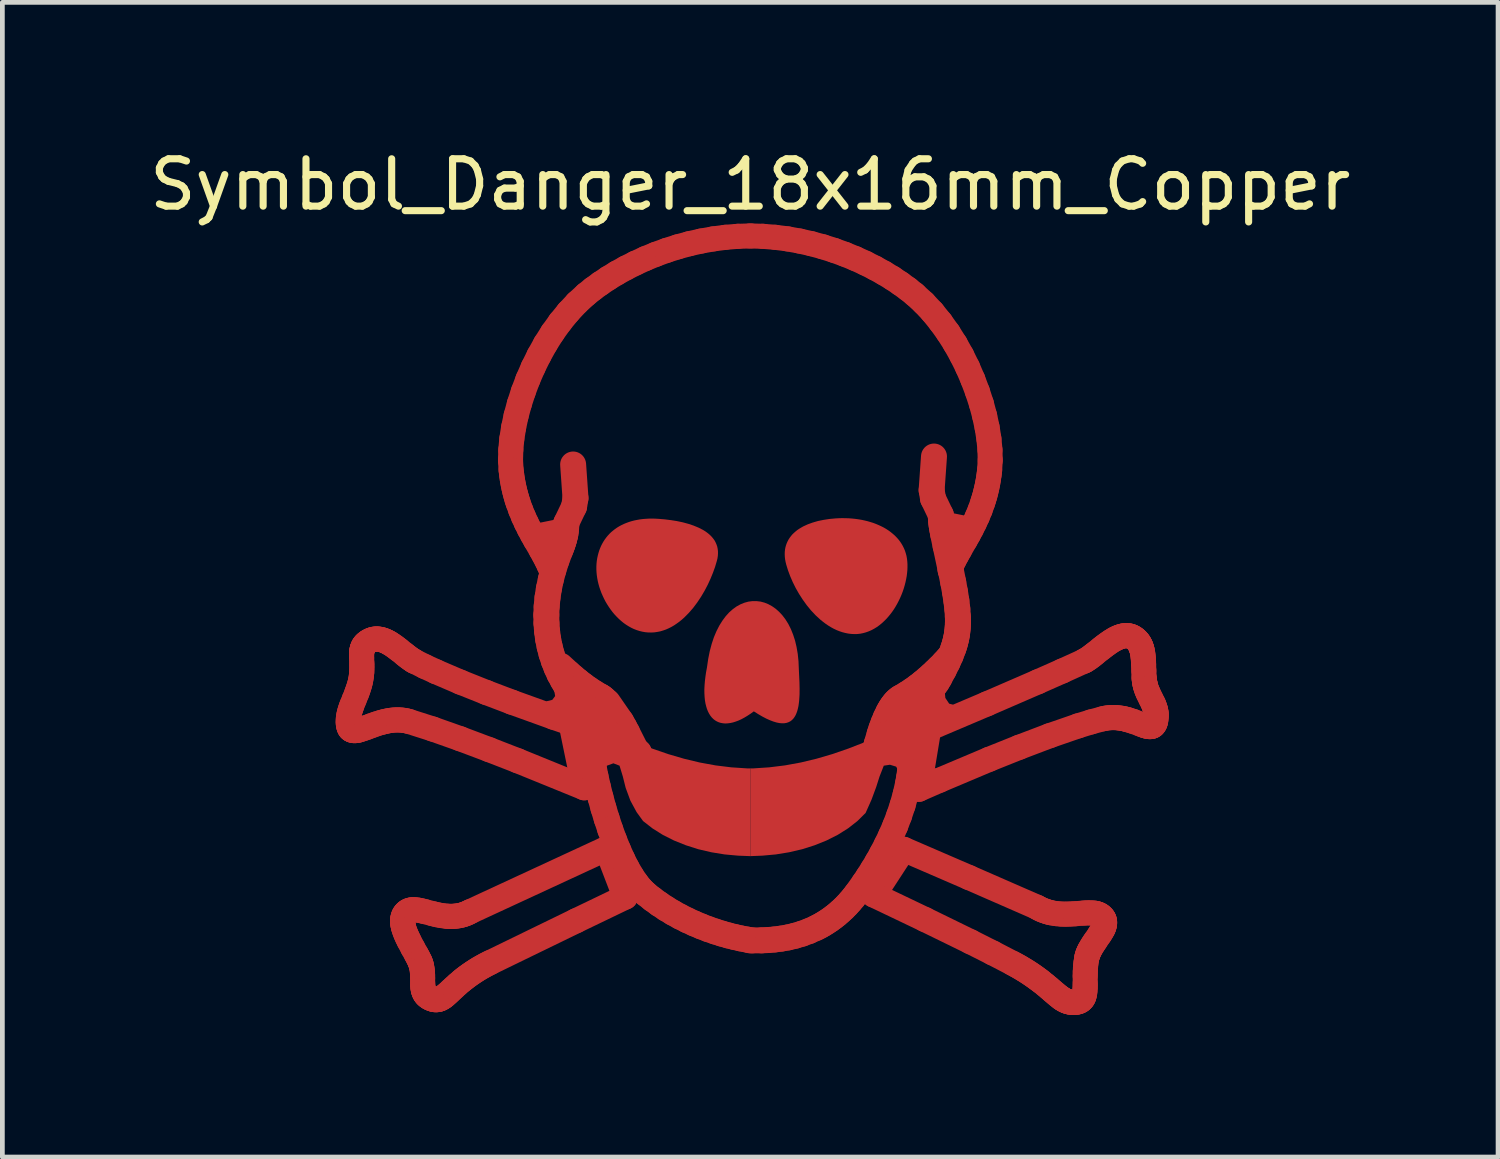
<source format=kicad_pcb>
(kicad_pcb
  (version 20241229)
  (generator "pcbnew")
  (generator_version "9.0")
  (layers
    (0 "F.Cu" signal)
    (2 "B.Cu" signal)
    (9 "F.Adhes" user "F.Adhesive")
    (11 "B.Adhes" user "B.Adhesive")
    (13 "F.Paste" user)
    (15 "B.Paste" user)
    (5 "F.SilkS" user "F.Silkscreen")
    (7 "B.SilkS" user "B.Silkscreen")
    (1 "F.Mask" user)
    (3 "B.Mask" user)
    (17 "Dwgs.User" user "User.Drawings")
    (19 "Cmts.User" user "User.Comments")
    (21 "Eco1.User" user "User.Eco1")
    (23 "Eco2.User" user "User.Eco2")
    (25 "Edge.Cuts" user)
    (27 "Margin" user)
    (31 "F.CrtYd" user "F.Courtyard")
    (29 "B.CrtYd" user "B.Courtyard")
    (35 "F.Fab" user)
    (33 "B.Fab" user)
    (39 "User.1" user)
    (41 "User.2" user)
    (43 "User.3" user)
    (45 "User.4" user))
  (footprint "Symbol_Danger_18x16mm_Copper"
    (layer "F.Cu")
    (at 12.792 9.848)
    (property "Reference" "Symbol_Danger_18x16mm_Copper" (at 0 -9 0) (layer "F.SilkS") (effects (font (size 1 1) (thickness 0.15))))
    (attr exclude_from_pos_files exclude_from_bom allow_missing_courtyard)
    (fp_line (start -8.489 2.33) (end -8.488 2.376) (stroke (width 0.529) (type solid)) (layer "F.Cu"))
    (fp_line (start -8.488 2.376) (end -8.483 2.415) (stroke (width 0.529) (type solid)) (layer "F.Cu"))
    (fp_line (start -8.486 2.274) (end -8.489 2.33) (stroke (width 0.529) (type solid)) (layer "F.Cu"))
    (fp_line (start -8.483 2.415) (end -8.474 2.448) (stroke (width 0.529) (type solid)) (layer "F.Cu"))
    (fp_line (start -8.478 2.218) (end -8.486 2.274) (stroke (width 0.529) (type solid)) (layer "F.Cu"))
    (fp_line (start -8.474 2.448) (end -8.462 2.475) (stroke (width 0.529) (type solid)) (layer "F.Cu"))
    (fp_line (start -8.466 2.162) (end -8.478 2.218) (stroke (width 0.529) (type solid)) (layer "F.Cu"))
    (fp_line (start -8.462 2.475) (end -8.455 2.486) (stroke (width 0.529) (type solid)) (layer "F.Cu"))
    (fp_line (start -8.455 2.486) (end -8.447 2.496) (stroke (width 0.529) (type solid)) (layer "F.Cu"))
    (fp_line (start -8.45 2.105) (end -8.466 2.162) (stroke (width 0.529) (type solid)) (layer "F.Cu"))
    (fp_line (start -8.447 2.496) (end -8.438 2.504) (stroke (width 0.529) (type solid)) (layer "F.Cu"))
    (fp_line (start -8.438 2.504) (end -8.428 2.511) (stroke (width 0.529) (type solid)) (layer "F.Cu"))
    (fp_line (start -8.431 2.048) (end -8.45 2.105) (stroke (width 0.529) (type solid)) (layer "F.Cu"))
    (fp_line (start -8.428 2.511) (end -8.407 2.522) (stroke (width 0.529) (type solid)) (layer "F.Cu"))
    (fp_line (start -8.41 1.99) (end -8.431 2.048) (stroke (width 0.529) (type solid)) (layer "F.Cu"))
    (fp_line (start -8.407 2.522) (end -8.383 2.528) (stroke (width 0.529) (type solid)) (layer "F.Cu"))
    (fp_line (start -8.383 2.528) (end -8.355 2.53) (stroke (width 0.529) (type solid)) (layer "F.Cu"))
    (fp_line (start -8.362 1.871) (end -8.41 1.99) (stroke (width 0.529) (type solid)) (layer "F.Cu"))
    (fp_line (start -8.355 2.53) (end -8.325 2.528) (stroke (width 0.529) (type solid)) (layer "F.Cu"))
    (fp_line (start -8.325 2.528) (end -8.293 2.523) (stroke (width 0.529) (type solid)) (layer "F.Cu"))
    (fp_line (start -8.313 1.749) (end -8.362 1.871) (stroke (width 0.529) (type solid)) (layer "F.Cu"))
    (fp_line (start -8.293 2.523) (end -8.258 2.515) (stroke (width 0.529) (type solid)) (layer "F.Cu"))
    (fp_line (start -8.29 1.686) (end -8.313 1.749) (stroke (width 0.529) (type solid)) (layer "F.Cu"))
    (fp_line (start -8.268 1.622) (end -8.29 1.686) (stroke (width 0.529) (type solid)) (layer "F.Cu"))
    (fp_line (start -8.258 2.515) (end -8.181 2.491) (stroke (width 0.529) (type solid)) (layer "F.Cu"))
    (fp_line (start -8.248 1.556) (end -8.268 1.622) (stroke (width 0.529) (type solid)) (layer "F.Cu"))
    (fp_line (start -8.231 1.489) (end -8.248 1.556) (stroke (width 0.529) (type solid)) (layer "F.Cu"))
    (fp_line (start -8.218 1.42) (end -8.231 1.489) (stroke (width 0.529) (type solid)) (layer "F.Cu"))
    (fp_line (start -8.209 1.35) (end -8.218 1.42) (stroke (width 0.529) (type solid)) (layer "F.Cu"))
    (fp_line (start -8.207 0.947) (end -8.206 0.994) (stroke (width 0.529) (type solid)) (layer "F.Cu"))
    (fp_line (start -8.206 0.903) (end -8.207 0.947) (stroke (width 0.529) (type solid)) (layer "F.Cu"))
    (fp_line (start -8.206 0.994) (end -8.202 1.098) (stroke (width 0.529) (type solid)) (layer "F.Cu"))
    (fp_line (start -8.206 1.315) (end -8.209 1.35) (stroke (width 0.529) (type solid)) (layer "F.Cu"))
    (fp_line (start -8.205 0.882) (end -8.206 0.903) (stroke (width 0.529) (type solid)) (layer "F.Cu"))
    (fp_line (start -8.203 1.281) (end -8.206 1.315) (stroke (width 0.529) (type solid)) (layer "F.Cu"))
    (fp_line (start -8.203 0.862) (end -8.205 0.882) (stroke (width 0.529) (type solid)) (layer "F.Cu"))
    (fp_line (start -8.202 1.098) (end -8.201 1.155) (stroke (width 0.529) (type solid)) (layer "F.Cu"))
    (fp_line (start -8.201 1.216) (end -8.203 1.281) (stroke (width 0.529) (type solid)) (layer "F.Cu"))
    (fp_line (start -8.201 1.155) (end -8.201 1.216) (stroke (width 0.529) (type solid)) (layer "F.Cu"))
    (fp_line (start -8.2 0.843) (end -8.203 0.862) (stroke (width 0.529) (type solid)) (layer "F.Cu"))
    (fp_line (start -8.197 0.824) (end -8.2 0.843) (stroke (width 0.529) (type solid)) (layer "F.Cu"))
    (fp_line (start -8.192 0.805) (end -8.197 0.824) (stroke (width 0.529) (type solid)) (layer "F.Cu"))
    (fp_line (start -8.186 0.788) (end -8.192 0.805) (stroke (width 0.529) (type solid)) (layer "F.Cu"))
    (fp_line (start -8.181 2.491) (end -8.095 2.461) (stroke (width 0.529) (type solid)) (layer "F.Cu"))
    (fp_line (start -8.179 0.771) (end -8.186 0.788) (stroke (width 0.529) (type solid)) (layer "F.Cu"))
    (fp_line (start -8.171 0.754) (end -8.179 0.771) (stroke (width 0.529) (type solid)) (layer "F.Cu"))
    (fp_line (start -8.162 0.738) (end -8.171 0.754) (stroke (width 0.529) (type solid)) (layer "F.Cu"))
    (fp_line (start -8.151 0.722) (end -8.162 0.738) (stroke (width 0.529) (type solid)) (layer "F.Cu"))
    (fp_line (start -8.138 0.707) (end -8.151 0.722) (stroke (width 0.529) (type solid)) (layer "F.Cu"))
    (fp_line (start -8.124 0.692) (end -8.138 0.707) (stroke (width 0.529) (type solid)) (layer "F.Cu"))
    (fp_line (start -8.108 0.678) (end -8.124 0.692) (stroke (width 0.529) (type solid)) (layer "F.Cu"))
    (fp_line (start -8.095 2.461) (end -8.002 2.426) (stroke (width 0.529) (type solid)) (layer "F.Cu"))
    (fp_line (start -8.09 0.664) (end -8.108 0.678) (stroke (width 0.529) (type solid)) (layer "F.Cu"))
    (fp_line (start -8.07 0.65) (end -8.09 0.664) (stroke (width 0.529) (type solid)) (layer "F.Cu"))
    (fp_line (start -8.048 0.637) (end -8.07 0.65) (stroke (width 0.529) (type solid)) (layer "F.Cu"))
    (fp_line (start -8.017 0.621) (end -8.048 0.637) (stroke (width 0.529) (type solid)) (layer "F.Cu"))
    (fp_line (start -8.002 2.426) (end -7.901 2.39) (stroke (width 0.529) (type solid)) (layer "F.Cu"))
    (fp_line (start -7.985 0.609) (end -8.017 0.621) (stroke (width 0.529) (type solid)) (layer "F.Cu"))
    (fp_line (start -7.954 0.601) (end -7.985 0.609) (stroke (width 0.529) (type solid)) (layer "F.Cu"))
    (fp_line (start -7.922 0.596) (end -7.954 0.601) (stroke (width 0.529) (type solid)) (layer "F.Cu"))
    (fp_line (start -7.901 2.39) (end -7.795 2.357) (stroke (width 0.529) (type solid)) (layer "F.Cu"))
    (fp_line (start -7.89 0.594) (end -7.922 0.596) (stroke (width 0.529) (type solid)) (layer "F.Cu"))
    (fp_line (start -7.858 0.596) (end -7.89 0.594) (stroke (width 0.529) (type solid)) (layer "F.Cu"))
    (fp_line (start -7.826 0.6) (end -7.858 0.596) (stroke (width 0.529) (type solid)) (layer "F.Cu"))
    (fp_line (start -7.795 2.357) (end -7.74 2.343) (stroke (width 0.529) (type solid)) (layer "F.Cu"))
    (fp_line (start -7.794 0.606) (end -7.826 0.6) (stroke (width 0.529) (type solid)) (layer "F.Cu"))
    (fp_line (start -7.762 0.616) (end -7.794 0.606) (stroke (width 0.529) (type solid)) (layer "F.Cu"))
    (fp_line (start -7.74 2.343) (end -7.684 2.33) (stroke (width 0.529) (type solid)) (layer "F.Cu"))
    (fp_line (start -7.73 0.627) (end -7.762 0.616) (stroke (width 0.529) (type solid)) (layer "F.Cu"))
    (fp_line (start -7.698 0.641) (end -7.73 0.627) (stroke (width 0.529) (type solid)) (layer "F.Cu"))
    (fp_line (start -7.684 2.33) (end -7.626 2.319) (stroke (width 0.529) (type solid)) (layer "F.Cu"))
    (fp_line (start -7.666 0.656) (end -7.698 0.641) (stroke (width 0.529) (type solid)) (layer "F.Cu"))
    (fp_line (start -7.634 0.673) (end -7.666 0.656) (stroke (width 0.529) (type solid)) (layer "F.Cu"))
    (fp_line (start -7.626 2.319) (end -7.568 2.31) (stroke (width 0.529) (type solid)) (layer "F.Cu"))
    (fp_line (start -7.602 0.692) (end -7.634 0.673) (stroke (width 0.529) (type solid)) (layer "F.Cu"))
    (fp_line (start -7.568 2.31) (end -7.509 2.305) (stroke (width 0.529) (type solid)) (layer "F.Cu"))
    (fp_line (start -7.539 0.733) (end -7.602 0.692) (stroke (width 0.529) (type solid)) (layer "F.Cu"))
    (fp_line (start -7.509 2.305) (end -7.449 2.303) (stroke (width 0.529) (type solid)) (layer "F.Cu"))
    (fp_line (start -7.477 0.778) (end -7.539 0.733) (stroke (width 0.529) (type solid)) (layer "F.Cu"))
    (fp_line (start -7.449 2.303) (end -7.389 2.305) (stroke (width 0.529) (type solid)) (layer "F.Cu"))
    (fp_line (start -7.416 0.825) (end -7.477 0.778) (stroke (width 0.529) (type solid)) (layer "F.Cu"))
    (fp_line (start -7.389 2.305) (end -7.328 2.311) (stroke (width 0.529) (type solid)) (layer "F.Cu"))
    (fp_line (start -7.34 6.564) (end -7.338 6.594) (stroke (width 0.529) (type solid)) (layer "F.Cu"))
    (fp_line (start -7.34 6.534) (end -7.34 6.564) (stroke (width 0.529) (type solid)) (layer "F.Cu"))
    (fp_line (start -7.338 6.594) (end -7.333 6.626) (stroke (width 0.529) (type solid)) (layer "F.Cu"))
    (fp_line (start -7.337 6.506) (end -7.34 6.534) (stroke (width 0.529) (type solid)) (layer "F.Cu"))
    (fp_line (start -7.333 6.626) (end -7.327 6.658) (stroke (width 0.529) (type solid)) (layer "F.Cu"))
    (fp_line (start -7.332 6.479) (end -7.337 6.506) (stroke (width 0.529) (type solid)) (layer "F.Cu"))
    (fp_line (start -7.328 2.311) (end -7.267 2.321) (stroke (width 0.529) (type solid)) (layer "F.Cu"))
    (fp_line (start -7.327 6.658) (end -7.319 6.691) (stroke (width 0.529) (type solid)) (layer "F.Cu"))
    (fp_line (start -7.324 6.453) (end -7.332 6.479) (stroke (width 0.529) (type solid)) (layer "F.Cu"))
    (fp_line (start -7.319 6.691) (end -7.297 6.759) (stroke (width 0.529) (type solid)) (layer "F.Cu"))
    (fp_line (start -7.314 6.428) (end -7.324 6.453) (stroke (width 0.529) (type solid)) (layer "F.Cu"))
    (fp_line (start -7.3 6.405) (end -7.314 6.428) (stroke (width 0.529) (type solid)) (layer "F.Cu"))
    (fp_line (start -7.297 0.92) (end -7.416 0.825) (stroke (width 0.529) (type solid)) (layer "F.Cu"))
    (fp_line (start -7.297 6.759) (end -7.27 6.829) (stroke (width 0.529) (type solid)) (layer "F.Cu"))
    (fp_line (start -7.283 6.383) (end -7.3 6.405) (stroke (width 0.529) (type solid)) (layer "F.Cu"))
    (fp_line (start -7.27 6.829) (end -7.238 6.9) (stroke (width 0.529) (type solid)) (layer "F.Cu"))
    (fp_line (start -7.267 2.321) (end -7.205 2.336) (stroke (width 0.529) (type solid)) (layer "F.Cu"))
    (fp_line (start -7.263 6.363) (end -7.283 6.383) (stroke (width 0.529) (type solid)) (layer "F.Cu"))
    (fp_line (start -7.241 0.965) (end -7.297 0.92) (stroke (width 0.529) (type solid)) (layer "F.Cu"))
    (fp_line (start -7.24 6.346) (end -7.263 6.363) (stroke (width 0.529) (type solid)) (layer "F.Cu"))
    (fp_line (start -7.238 6.9) (end -7.203 6.972) (stroke (width 0.529) (type solid)) (layer "F.Cu"))
    (fp_line (start -7.215 6.332) (end -7.24 6.346) (stroke (width 0.529) (type solid)) (layer "F.Cu"))
    (fp_line (start -7.205 2.336) (end -6.704 2.496) (stroke (width 0.529) (type solid)) (layer "F.Cu"))
    (fp_line (start -7.203 6.972) (end -7.127 7.116) (stroke (width 0.529) (type solid)) (layer "F.Cu"))
    (fp_line (start -7.189 6.322) (end -7.215 6.332) (stroke (width 0.529) (type solid)) (layer "F.Cu"))
    (fp_line (start -7.186 1.006) (end -7.241 0.965) (stroke (width 0.529) (type solid)) (layer "F.Cu"))
    (fp_line (start -7.16 6.316) (end -7.189 6.322) (stroke (width 0.529) (type solid)) (layer "F.Cu"))
    (fp_line (start -7.133 1.042) (end -7.186 1.006) (stroke (width 0.529) (type solid)) (layer "F.Cu"))
    (fp_line (start -7.13 6.312) (end -7.16 6.316) (stroke (width 0.529) (type solid)) (layer "F.Cu"))
    (fp_line (start -7.127 7.116) (end -7.051 7.253) (stroke (width 0.529) (type solid)) (layer "F.Cu"))
    (fp_line (start -7.107 1.058) (end -7.133 1.042) (stroke (width 0.529) (type solid)) (layer "F.Cu"))
    (fp_line (start -7.098 6.312) (end -7.13 6.312) (stroke (width 0.529) (type solid)) (layer "F.Cu"))
    (fp_line (start -7.082 1.072) (end -7.107 1.058) (stroke (width 0.529) (type solid)) (layer "F.Cu"))
    (fp_line (start -7.051 7.253) (end -7.016 7.318) (stroke (width 0.529) (type solid)) (layer "F.Cu"))
    (fp_line (start -7.03 6.317) (end -7.098 6.312) (stroke (width 0.529) (type solid)) (layer "F.Cu"))
    (fp_line (start -7.016 7.318) (end -6.985 7.38) (stroke (width 0.529) (type solid)) (layer "F.Cu"))
    (fp_line (start -6.985 7.38) (end -6.971 7.411) (stroke (width 0.529) (type solid)) (layer "F.Cu"))
    (fp_line (start -6.971 7.411) (end -6.959 7.443) (stroke (width 0.529) (type solid)) (layer "F.Cu"))
    (fp_line (start -6.959 7.443) (end -6.949 7.474) (stroke (width 0.529) (type solid)) (layer "F.Cu"))
    (fp_line (start -6.957 6.331) (end -7.03 6.317) (stroke (width 0.529) (type solid)) (layer "F.Cu"))
    (fp_line (start -6.949 7.474) (end -6.941 7.505) (stroke (width 0.529) (type solid)) (layer "F.Cu"))
    (fp_line (start -6.941 7.505) (end -6.929 7.568) (stroke (width 0.529) (type solid)) (layer "F.Cu"))
    (fp_line (start -6.929 7.568) (end -6.922 7.63) (stroke (width 0.529) (type solid)) (layer "F.Cu"))
    (fp_line (start -6.922 7.63) (end -6.919 7.691) (stroke (width 0.529) (type solid)) (layer "F.Cu"))
    (fp_line (start -6.919 7.691) (end -6.918 7.751) (stroke (width 0.529) (type solid)) (layer "F.Cu"))
    (fp_line (start -6.918 7.751) (end -6.917 7.865) (stroke (width 0.529) (type solid)) (layer "F.Cu"))
    (fp_line (start -6.917 7.865) (end -6.915 7.919) (stroke (width 0.529) (type solid)) (layer "F.Cu"))
    (fp_line (start -6.915 7.919) (end -6.909 7.97) (stroke (width 0.529) (type solid)) (layer "F.Cu"))
    (fp_line (start -6.909 7.97) (end -6.904 7.994) (stroke (width 0.529) (type solid)) (layer "F.Cu"))
    (fp_line (start -6.904 7.994) (end -6.898 8.018) (stroke (width 0.529) (type solid)) (layer "F.Cu"))
    (fp_line (start -6.898 8.018) (end -6.89 8.04) (stroke (width 0.529) (type solid)) (layer "F.Cu"))
    (fp_line (start -6.89 8.04) (end -6.881 8.062) (stroke (width 0.529) (type solid)) (layer "F.Cu"))
    (fp_line (start -6.881 8.062) (end -6.87 8.082) (stroke (width 0.529) (type solid)) (layer "F.Cu"))
    (fp_line (start -6.877 6.35) (end -6.957 6.331) (stroke (width 0.529) (type solid)) (layer "F.Cu"))
    (fp_line (start -6.871 1.177) (end -7.082 1.072) (stroke (width 0.529) (type solid)) (layer "F.Cu"))
    (fp_line (start -6.87 8.082) (end -6.857 8.102) (stroke (width 0.529) (type solid)) (layer "F.Cu"))
    (fp_line (start -6.857 8.102) (end -6.841 8.12) (stroke (width 0.529) (type solid)) (layer "F.Cu"))
    (fp_line (start -6.841 8.12) (end -6.823 8.137) (stroke (width 0.529) (type solid)) (layer "F.Cu"))
    (fp_line (start -6.823 8.137) (end -6.803 8.153) (stroke (width 0.529) (type solid)) (layer "F.Cu"))
    (fp_line (start -6.803 8.153) (end -6.78 8.168) (stroke (width 0.529) (type solid)) (layer "F.Cu"))
    (fp_line (start -6.78 8.168) (end -6.754 8.182) (stroke (width 0.529) (type solid)) (layer "F.Cu"))
    (fp_line (start -6.754 8.182) (end -6.724 8.194) (stroke (width 0.529) (type solid)) (layer "F.Cu"))
    (fp_line (start -6.724 8.194) (end -6.697 8.203) (stroke (width 0.529) (type solid)) (layer "F.Cu"))
    (fp_line (start -6.705 6.395) (end -6.877 6.35) (stroke (width 0.529) (type solid)) (layer "F.Cu"))
    (fp_line (start -6.704 2.496) (end -6.124 2.701) (stroke (width 0.529) (type solid)) (layer "F.Cu"))
    (fp_line (start -6.697 8.203) (end -6.67 8.209) (stroke (width 0.529) (type solid)) (layer "F.Cu"))
    (fp_line (start -6.67 8.209) (end -6.644 8.212) (stroke (width 0.529) (type solid)) (layer "F.Cu"))
    (fp_line (start -6.644 8.212) (end -6.62 8.211) (stroke (width 0.529) (type solid)) (layer "F.Cu"))
    (fp_line (start -6.636 1.285) (end -6.871 1.177) (stroke (width 0.529) (type solid)) (layer "F.Cu"))
    (fp_line (start -6.62 8.211) (end -6.595 8.208) (stroke (width 0.529) (type solid)) (layer "F.Cu"))
    (fp_line (start -6.613 6.417) (end -6.705 6.395) (stroke (width 0.529) (type solid)) (layer "F.Cu"))
    (fp_line (start -6.595 8.208) (end -6.572 8.202) (stroke (width 0.529) (type solid)) (layer "F.Cu"))
    (fp_line (start -6.572 8.202) (end -6.548 8.194) (stroke (width 0.529) (type solid)) (layer "F.Cu"))
    (fp_line (start -6.548 8.194) (end -6.525 8.182) (stroke (width 0.529) (type solid)) (layer "F.Cu"))
    (fp_line (start -6.525 8.182) (end -6.502 8.169) (stroke (width 0.529) (type solid)) (layer "F.Cu"))
    (fp_line (start -6.518 6.435) (end -6.613 6.417) (stroke (width 0.529) (type solid)) (layer "F.Cu"))
    (fp_line (start -6.502 8.169) (end -6.478 8.153) (stroke (width 0.529) (type solid)) (layer "F.Cu"))
    (fp_line (start -6.478 8.153) (end -6.454 8.135) (stroke (width 0.529) (type solid)) (layer "F.Cu"))
    (fp_line (start -6.454 8.135) (end -6.429 8.114) (stroke (width 0.529) (type solid)) (layer "F.Cu"))
    (fp_line (start -6.429 8.114) (end -6.376 8.068) (stroke (width 0.529) (type solid)) (layer "F.Cu"))
    (fp_line (start -6.42 6.448) (end -6.518 6.435) (stroke (width 0.529) (type solid)) (layer "F.Cu"))
    (fp_line (start -6.376 8.068) (end -6.319 8.014) (stroke (width 0.529) (type solid)) (layer "F.Cu"))
    (fp_line (start -6.37 6.451) (end -6.42 6.448) (stroke (width 0.529) (type solid)) (layer "F.Cu"))
    (fp_line (start -6.32 6.453) (end -6.37 6.451) (stroke (width 0.529) (type solid)) (layer "F.Cu"))
    (fp_line (start -6.319 8.014) (end -6.254 7.954) (stroke (width 0.529) (type solid)) (layer "F.Cu"))
    (fp_line (start -6.269 6.451) (end -6.32 6.453) (stroke (width 0.529) (type solid)) (layer "F.Cu"))
    (fp_line (start -6.254 7.954) (end -6.182 7.888) (stroke (width 0.529) (type solid)) (layer "F.Cu"))
    (fp_line (start -6.218 6.447) (end -6.269 6.451) (stroke (width 0.529) (type solid)) (layer "F.Cu"))
    (fp_line (start -6.182 7.888) (end -6.1 7.818) (stroke (width 0.529) (type solid)) (layer "F.Cu"))
    (fp_line (start -6.166 6.44) (end -6.218 6.447) (stroke (width 0.529) (type solid)) (layer "F.Cu"))
    (fp_line (start -6.124 2.701) (end -5.51 2.932) (stroke (width 0.529) (type solid)) (layer "F.Cu"))
    (fp_line (start -6.12 1.506) (end -6.636 1.285) (stroke (width 0.529) (type solid)) (layer "F.Cu"))
    (fp_line (start -6.114 6.43) (end -6.166 6.44) (stroke (width 0.529) (type solid)) (layer "F.Cu"))
    (fp_line (start -6.1 7.818) (end -6.055 7.781) (stroke (width 0.529) (type solid)) (layer "F.Cu"))
    (fp_line (start -6.062 6.416) (end -6.114 6.43) (stroke (width 0.529) (type solid)) (layer "F.Cu"))
    (fp_line (start -6.055 7.781) (end -6.007 7.744) (stroke (width 0.529) (type solid)) (layer "F.Cu"))
    (fp_line (start -6.01 6.398) (end -6.062 6.416) (stroke (width 0.529) (type solid)) (layer "F.Cu"))
    (fp_line (start -6.007 7.744) (end -5.956 7.706) (stroke (width 0.529) (type solid)) (layer "F.Cu"))
    (fp_line (start -5.958 6.375) (end -6.01 6.398) (stroke (width 0.529) (type solid)) (layer "F.Cu"))
    (fp_line (start -5.956 7.706) (end -5.901 7.667) (stroke (width 0.529) (type solid)) (layer "F.Cu"))
    (fp_line (start -5.906 6.349) (end -5.958 6.375) (stroke (width 0.529) (type solid)) (layer "F.Cu"))
    (fp_line (start -5.901 7.667) (end -5.843 7.628) (stroke (width 0.529) (type solid)) (layer "F.Cu"))
    (fp_line (start -5.843 7.628) (end -5.781 7.588) (stroke (width 0.529) (type solid)) (layer "F.Cu"))
    (fp_line (start -5.781 7.588) (end -5.716 7.548) (stroke (width 0.529) (type solid)) (layer "F.Cu"))
    (fp_line (start -5.716 7.548) (end -5.646 7.508) (stroke (width 0.529) (type solid)) (layer "F.Cu"))
    (fp_line (start -5.646 7.508) (end -5.572 7.468) (stroke (width 0.529) (type solid)) (layer "F.Cu"))
    (fp_line (start -5.574 1.724) (end -6.12 1.506) (stroke (width 0.529) (type solid)) (layer "F.Cu"))
    (fp_line (start -5.572 7.468) (end -5.493 7.428) (stroke (width 0.529) (type solid)) (layer "F.Cu"))
    (fp_line (start -5.51 2.932) (end -4.908 3.166) (stroke (width 0.529) (type solid)) (layer "F.Cu"))
    (fp_line (start -5.493 7.428) (end -3.676 6.544) (stroke (width 0.529) (type solid)) (layer "F.Cu"))
    (fp_line (start -5.062 -3.178) (end -5.056 -3.397) (stroke (width 0.529) (type solid)) (layer "F.Cu"))
    (fp_line (start -5.056 -3.397) (end -5.035 -3.628) (stroke (width 0.529) (type solid)) (layer "F.Cu"))
    (fp_line (start -5.05 -2.974) (end -5.062 -3.178) (stroke (width 0.529) (type solid)) (layer "F.Cu"))
    (fp_line (start -5.038 -2.877) (end -5.05 -2.974) (stroke (width 0.529) (type solid)) (layer "F.Cu"))
    (fp_line (start -5.037 1.928) (end -5.574 1.724) (stroke (width 0.529) (type solid)) (layer "F.Cu"))
    (fp_line (start -5.035 -3.628) (end -4.997 -3.869) (stroke (width 0.529) (type solid)) (layer "F.Cu"))
    (fp_line (start -5.025 -2.784) (end -5.038 -2.877) (stroke (width 0.529) (type solid)) (layer "F.Cu"))
    (fp_line (start -5.009 -2.693) (end -5.025 -2.784) (stroke (width 0.529) (type solid)) (layer "F.Cu"))
    (fp_line (start -4.997 -3.869) (end -4.944 -4.118) (stroke (width 0.529) (type solid)) (layer "F.Cu"))
    (fp_line (start -4.991 -2.605) (end -5.009 -2.693) (stroke (width 0.529) (type solid)) (layer "F.Cu"))
    (fp_line (start -4.971 -2.519) (end -4.991 -2.605) (stroke (width 0.529) (type solid)) (layer "F.Cu"))
    (fp_line (start -4.949 -2.437) (end -4.971 -2.519) (stroke (width 0.529) (type solid)) (layer "F.Cu"))
    (fp_line (start -4.944 -4.118) (end -4.875 -4.372) (stroke (width 0.529) (type solid)) (layer "F.Cu"))
    (fp_line (start -4.926 -2.356) (end -4.949 -2.437) (stroke (width 0.529) (type solid)) (layer "F.Cu"))
    (fp_line (start -4.908 3.166) (end -3.505 3.737) (stroke (width 0.529) (type solid)) (layer "F.Cu"))
    (fp_line (start -4.901 -2.278) (end -4.926 -2.356) (stroke (width 0.529) (type solid)) (layer "F.Cu"))
    (fp_line (start -4.875 -4.372) (end -4.792 -4.628) (stroke (width 0.529) (type solid)) (layer "F.Cu"))
    (fp_line (start -4.847 -2.129) (end -4.901 -2.278) (stroke (width 0.529) (type solid)) (layer "F.Cu"))
    (fp_line (start -4.792 -4.628) (end -4.695 -4.886) (stroke (width 0.529) (type solid)) (layer "F.Cu"))
    (fp_line (start -4.789 -1.988) (end -4.847 -2.129) (stroke (width 0.529) (type solid)) (layer "F.Cu"))
    (fp_line (start -4.728 -1.855) (end -4.789 -1.988) (stroke (width 0.529) (type solid)) (layer "F.Cu"))
    (fp_line (start -4.695 -4.886) (end -4.584 -5.141) (stroke (width 0.529) (type solid)) (layer "F.Cu"))
    (fp_line (start -4.665 -1.729) (end -4.728 -1.855) (stroke (width 0.529) (type solid)) (layer "F.Cu"))
    (fp_line (start -4.6 -1.608) (end -4.665 -1.729) (stroke (width 0.529) (type solid)) (layer "F.Cu"))
    (fp_line (start -4.584 -5.141) (end -4.46 -5.392) (stroke (width 0.529) (type solid)) (layer "F.Cu"))
    (fp_line (start -4.536 -1.494) (end -4.6 -1.608) (stroke (width 0.529) (type solid)) (layer "F.Cu"))
    (fp_line (start -4.46 -5.392) (end -4.324 -5.637) (stroke (width 0.529) (type solid)) (layer "F.Cu"))
    (fp_line (start -4.411 -1.277) (end -4.536 -1.494) (stroke (width 0.529) (type solid)) (layer "F.Cu"))
    (fp_line (start -4.353 -1.174) (end -4.411 -1.277) (stroke (width 0.529) (type solid)) (layer "F.Cu"))
    (fp_line (start -4.324 -5.637) (end -4.175 -5.873) (stroke (width 0.529) (type solid)) (layer "F.Cu"))
    (fp_line (start -4.306 0.088) (end -4.299 -0.092) (stroke (width 0.548) (type solid)) (layer "F.Cu"))
    (fp_line (start -4.303 0.263) (end -4.306 0.088) (stroke (width 0.548) (type solid)) (layer "F.Cu"))
    (fp_line (start -4.3 -1.073) (end -4.353 -1.174) (stroke (width 0.529) (type solid)) (layer "F.Cu"))
    (fp_line (start -4.299 -0.092) (end -4.281 -0.277) (stroke (width 0.548) (type solid)) (layer "F.Cu"))
    (fp_line (start -4.29 0.433) (end -4.303 0.263) (stroke (width 0.548) (type solid)) (layer "F.Cu"))
    (fp_line (start -4.281 -0.277) (end -4.252 -0.466) (stroke (width 0.548) (type solid)) (layer "F.Cu"))
    (fp_line (start -4.268 0.597) (end -4.29 0.433) (stroke (width 0.548) (type solid)) (layer "F.Cu"))
    (fp_line (start -4.252 -0.466) (end -4.211 -0.66) (stroke (width 0.548) (type solid)) (layer "F.Cu"))
    (fp_line (start -4.252 -0.973) (end -4.3 -1.073) (stroke (width 0.529) (type solid)) (layer "F.Cu"))
    (fp_line (start -4.236 0.756) (end -4.268 0.597) (stroke (width 0.548) (type solid)) (layer "F.Cu"))
    (fp_line (start -4.211 -0.66) (end -4.158 -0.859) (stroke (width 0.548) (type solid)) (layer "F.Cu"))
    (fp_line (start -4.211 -0.875) (end -4.252 -0.973) (stroke (width 0.529) (type solid)) (layer "F.Cu"))
    (fp_line (start -4.196 0.91) (end -4.236 0.756) (stroke (width 0.548) (type solid)) (layer "F.Cu"))
    (fp_line (start -4.175 -5.873) (end -4.014 -6.097) (stroke (width 0.529) (type solid)) (layer "F.Cu"))
    (fp_line (start -4.158 -0.859) (end -4.093 -1.063) (stroke (width 0.548) (type solid)) (layer "F.Cu"))
    (fp_line (start -4.152 2.247) (end -5.037 1.928) (stroke (width 0.529) (type solid)) (layer "F.Cu"))
    (fp_line (start -4.147 1.059) (end -4.196 0.91) (stroke (width 0.548) (type solid)) (layer "F.Cu"))
    (fp_line (start -4.093 -1.063) (end -4.015 -1.27) (stroke (width 0.548) (type solid)) (layer "F.Cu"))
    (fp_line (start -4.091 1.201) (end -4.147 1.059) (stroke (width 0.548) (type solid)) (layer "F.Cu"))
    (fp_line (start -4.028 1.339) (end -4.091 1.201) (stroke (width 0.548) (type solid)) (layer "F.Cu"))
    (fp_line (start -4.015 -1.27) (end -3.988 -1.338) (stroke (width 0.548) (type solid)) (layer "F.Cu"))
    (fp_line (start -4.014 -6.097) (end -3.842 -6.308) (stroke (width 0.529) (type solid)) (layer "F.Cu"))
    (fp_line (start -3.988 -1.338) (end -3.965 -1.402) (stroke (width 0.548) (type solid)) (layer "F.Cu"))
    (fp_line (start -3.965 -1.402) (end -3.945 -1.463) (stroke (width 0.548) (type solid)) (layer "F.Cu"))
    (fp_line (start -3.957 1.47) (end -4.028 1.339) (stroke (width 0.548) (type solid)) (layer "F.Cu"))
    (fp_line (start -3.945 -1.463) (end -3.928 -1.521) (stroke (width 0.548) (type solid)) (layer "F.Cu"))
    (fp_line (start -3.928 -1.521) (end -3.915 -1.575) (stroke (width 0.548) (type solid)) (layer "F.Cu"))
    (fp_line (start -3.915 -1.688) (end -4.485 -1.572) (stroke (width 0.548) (type solid)) (layer "F.Cu"))
    (fp_line (start -3.915 -1.575) (end -3.903 -1.627) (stroke (width 0.548) (type solid)) (layer "F.Cu"))
    (fp_line (start -3.904 1.557) (end -3.957 1.47) (stroke (width 0.548) (type solid)) (layer "F.Cu"))
    (fp_line (start -3.903 -1.627) (end -3.895 -1.676) (stroke (width 0.548) (type solid)) (layer "F.Cu"))
    (fp_line (start -3.889 -1.724) (end -3.886 -1.769) (stroke (width 0.548) (type solid)) (layer "F.Cu"))
    (fp_line (start -3.885 -1.855) (end -3.72 -2.2) (stroke (width 0.548) (type solid)) (layer "F.Cu"))
    (fp_line (start -3.884 -1.813) (end -3.885 -1.855) (stroke (width 0.548) (type solid)) (layer "F.Cu"))
    (fp_line (start -3.854 1.629) (end -3.904 1.557) (stroke (width 0.548) (type solid)) (layer "F.Cu"))
    (fp_line (start -3.842 -6.308) (end -3.66 -6.503) (stroke (width 0.529) (type solid)) (layer "F.Cu"))
    (fp_line (start -3.834 1.316) (end -4.003 1.16) (stroke (width 0.548) (type solid)) (layer "F.Cu"))
    (fp_line (start -3.806 1.69) (end -3.854 1.629) (stroke (width 0.548) (type solid)) (layer "F.Cu"))
    (fp_line (start -3.786 2.373) (end -4.152 2.247) (stroke (width 0.529) (type solid)) (layer "F.Cu"))
    (fp_line (start -3.762 1.741) (end -3.806 1.69) (stroke (width 0.548) (type solid)) (layer "F.Cu"))
    (fp_line (start -3.74 -3.09) (end -3.69 -2.38) (stroke (width 0.548) (type solid)) (layer "F.Cu"))
    (fp_line (start -3.738 1.4) (end -3.834 1.316) (stroke (width 0.548) (type solid)) (layer "F.Cu"))
    (fp_line (start -3.69 -2.38) (end -3.72 -2.2) (stroke (width 0.548) (type solid)) (layer "F.Cu"))
    (fp_line (start -3.68 1.833) (end -3.762 1.741) (stroke (width 0.548) (type solid)) (layer "F.Cu"))
    (fp_line (start -3.676 6.544) (end -2.639 6.045) (stroke (width 0.529) (type solid)) (layer "F.Cu"))
    (fp_line (start -3.66 -6.503) (end -3.467 -6.68) (stroke (width 0.529) (type solid)) (layer "F.Cu"))
    (fp_line (start -3.642 1.879) (end -3.68 1.833) (stroke (width 0.548) (type solid)) (layer "F.Cu"))
    (fp_line (start -3.634 1.486) (end -3.738 1.4) (stroke (width 0.548) (type solid)) (layer "F.Cu"))
    (fp_line (start -3.606 1.93) (end -3.642 1.879) (stroke (width 0.548) (type solid)) (layer "F.Cu"))
    (fp_line (start -3.572 1.99) (end -3.606 1.93) (stroke (width 0.548) (type solid)) (layer "F.Cu"))
    (fp_line (start -3.54 2.061) (end -3.572 1.99) (stroke (width 0.548) (type solid)) (layer "F.Cu"))
    (fp_line (start -3.525 1.571) (end -3.634 1.486) (stroke (width 0.548) (type solid)) (layer "F.Cu"))
    (fp_line (start -3.505 3.737) (end -3.786 2.373) (stroke (width 0.529) (type solid)) (layer "F.Cu"))
    (fp_line (start -3.467 -6.68) (end -3.323 -6.796) (stroke (width 0.529) (type solid)) (layer "F.Cu"))
    (fp_line (start -3.411 1.653) (end -3.525 1.571) (stroke (width 0.548) (type solid)) (layer "F.Cu"))
    (fp_line (start -3.342 3.096) (end -3.367 2.914) (stroke (width 0.548) (type solid)) (layer "F.Cu"))
    (fp_line (start -3.323 -6.796) (end -3.167 -6.91) (stroke (width 0.529) (type solid)) (layer "F.Cu"))
    (fp_line (start -3.308 3.292) (end -3.342 3.096) (stroke (width 0.548) (type solid)) (layer "F.Cu"))
    (fp_line (start -3.292 1.731) (end -3.411 1.653) (stroke (width 0.548) (type solid)) (layer "F.Cu"))
    (fp_line (start -3.267 3.501) (end -3.308 3.292) (stroke (width 0.548) (type solid)) (layer "F.Cu"))
    (fp_line (start -3.218 3.717) (end -3.267 3.501) (stroke (width 0.548) (type solid)) (layer "F.Cu"))
    (fp_line (start -3.17 1.803) (end -3.292 1.731) (stroke (width 0.548) (type solid)) (layer "F.Cu"))
    (fp_line (start -3.167 -6.91) (end -2.998 -7.023) (stroke (width 0.529) (type solid)) (layer "F.Cu"))
    (fp_line (start -3.162 3.94) (end -3.218 3.717) (stroke (width 0.548) (type solid)) (layer "F.Cu"))
    (fp_line (start -3.131 1.827) (end -3.17 1.803) (stroke (width 0.548) (type solid)) (layer "F.Cu"))
    (fp_line (start -3.1 4.165) (end -3.162 3.94) (stroke (width 0.548) (type solid)) (layer "F.Cu"))
    (fp_line (start -3.092 1.857) (end -3.131 1.827) (stroke (width 0.548) (type solid)) (layer "F.Cu"))
    (fp_line (start -3.053 1.891) (end -3.092 1.857) (stroke (width 0.548) (type solid)) (layer "F.Cu"))
    (fp_line (start -3.033 5.019) (end -5.906 6.349) (stroke (width 0.529) (type solid)) (layer "F.Cu"))
    (fp_line (start -3.031 4.391) (end -3.1 4.165) (stroke (width 0.548) (type solid)) (layer "F.Cu"))
    (fp_line (start -2.998 -7.023) (end -2.818 -7.133) (stroke (width 0.529) (type solid)) (layer "F.Cu"))
    (fp_line (start -2.957 4.615) (end -3.031 4.391) (stroke (width 0.548) (type solid)) (layer "F.Cu"))
    (fp_line (start -2.877 4.833) (end -2.957 4.615) (stroke (width 0.548) (type solid)) (layer "F.Cu"))
    (fp_line (start -2.818 -7.133) (end -2.627 -7.239) (stroke (width 0.529) (type solid)) (layer "F.Cu"))
    (fp_line (start -2.792 5.043) (end -2.877 4.833) (stroke (width 0.548) (type solid)) (layer "F.Cu"))
    (fp_line (start -2.726 2.337) (end -3.008 1.929) (stroke (width 0.548) (type solid)) (layer "F.Cu"))
    (fp_line (start -2.703 5.242) (end -2.792 5.043) (stroke (width 0.548) (type solid)) (layer "F.Cu"))
    (fp_line (start -2.662 2.451) (end -2.726 2.337) (stroke (width 0.548) (type solid)) (layer "F.Cu"))
    (fp_line (start -2.639 6.045) (end -3.033 5.019) (stroke (width 0.529) (type solid)) (layer "F.Cu"))
    (fp_line (start -2.627 -7.239) (end -2.425 -7.341) (stroke (width 0.529) (type solid)) (layer "F.Cu"))
    (fp_line (start -2.61 5.427) (end -2.703 5.242) (stroke (width 0.548) (type solid)) (layer "F.Cu"))
    (fp_line (start -2.602 2.563) (end -2.662 2.451) (stroke (width 0.548) (type solid)) (layer "F.Cu"))
    (fp_line (start -2.513 5.596) (end -2.61 5.427) (stroke (width 0.548) (type solid)) (layer "F.Cu"))
    (fp_line (start -2.425 -7.341) (end -2.214 -7.438) (stroke (width 0.529) (type solid)) (layer "F.Cu"))
    (fp_line (start -2.419 2.925) (end -2.602 2.563) (stroke (width 0.548) (type solid)) (layer "F.Cu"))
    (fp_line (start -2.412 5.745) (end -2.513 5.596) (stroke (width 0.548) (type solid)) (layer "F.Cu"))
    (fp_line (start -2.369 3.006) (end -2.39 2.977) (stroke (width 0.548) (type solid)) (layer "F.Cu"))
    (fp_line (start -2.362 3.011) (end -2.369 3.006) (stroke (width 0.548) (type solid)) (layer "F.Cu"))
    (fp_line (start -2.357 3.009) (end -2.362 3.011) (stroke (width 0.548) (type solid)) (layer "F.Cu"))
    (fp_line (start -2.354 3) (end -2.357 3.009) (stroke (width 0.548) (type solid)) (layer "F.Cu"))
    (fp_line (start -2.354 2.984) (end -2.354 3) (stroke (width 0.548) (type solid)) (layer "F.Cu"))
    (fp_line (start -2.31 5.873) (end -2.412 5.745) (stroke (width 0.548) (type solid)) (layer "F.Cu"))
    (fp_line (start -2.257 5.928) (end -2.31 5.873) (stroke (width 0.548) (type solid)) (layer "F.Cu"))
    (fp_line (start -2.214 -7.438) (end -1.994 -7.528) (stroke (width 0.529) (type solid)) (layer "F.Cu"))
    (fp_line (start -2.204 5.976) (end -2.257 5.928) (stroke (width 0.548) (type solid)) (layer "F.Cu"))
    (fp_line (start -2.065 6.087) (end -2.204 5.976) (stroke (width 0.548) (type solid)) (layer "F.Cu"))
    (fp_line (start -1.994 -7.528) (end -1.766 -7.611) (stroke (width 0.529) (type solid)) (layer "F.Cu"))
    (fp_line (start -1.923 6.19) (end -2.065 6.087) (stroke (width 0.548) (type solid)) (layer "F.Cu"))
    (fp_line (start -1.777 6.287) (end -1.923 6.19) (stroke (width 0.548) (type solid)) (layer "F.Cu"))
    (fp_line (start -1.766 -7.611) (end -1.53 -7.686) (stroke (width 0.529) (type solid)) (layer "F.Cu"))
    (fp_line (start -1.63 6.376) (end -1.777 6.287) (stroke (width 0.548) (type solid)) (layer "F.Cu"))
    (fp_line (start -1.53 -7.686) (end -1.287 -7.752) (stroke (width 0.529) (type solid)) (layer "F.Cu"))
    (fp_line (start -1.481 6.458) (end -1.63 6.376) (stroke (width 0.548) (type solid)) (layer "F.Cu"))
    (fp_line (start -1.332 6.533) (end -1.481 6.458) (stroke (width 0.548) (type solid)) (layer "F.Cu"))
    (fp_line (start -1.287 -7.752) (end -1.037 -7.808) (stroke (width 0.529) (type solid)) (layer "F.Cu"))
    (fp_line (start -1.182 6.602) (end -1.332 6.533) (stroke (width 0.548) (type solid)) (layer "F.Cu"))
    (fp_line (start -1.037 -7.808) (end -0.783 -7.853) (stroke (width 0.529) (type solid)) (layer "F.Cu"))
    (fp_line (start -1.034 6.664) (end -1.182 6.602) (stroke (width 0.548) (type solid)) (layer "F.Cu"))
    (fp_line (start -0.887 6.721) (end -1.034 6.664) (stroke (width 0.548) (type solid)) (layer "F.Cu"))
    (fp_line (start -0.783 -7.853) (end -0.523 -7.887) (stroke (width 0.529) (type solid)) (layer "F.Cu"))
    (fp_line (start -0.742 6.771) (end -0.887 6.721) (stroke (width 0.548) (type solid)) (layer "F.Cu"))
    (fp_line (start -0.6 6.816) (end -0.742 6.771) (stroke (width 0.548) (type solid)) (layer "F.Cu"))
    (fp_line (start -0.523 -7.887) (end -0.259 -7.908) (stroke (width 0.529) (type solid)) (layer "F.Cu"))
    (fp_line (start -0.462 6.855) (end -0.6 6.816) (stroke (width 0.548) (type solid)) (layer "F.Cu"))
    (fp_line (start -0.329 6.888) (end -0.462 6.855) (stroke (width 0.548) (type solid)) (layer "F.Cu"))
    (fp_line (start -0.259 -7.908) (end 0.009 -7.916) (stroke (width 0.529) (type solid)) (layer "F.Cu"))
    (fp_line (start -0.201 6.917) (end -0.329 6.888) (stroke (width 0.548) (type solid)) (layer "F.Cu"))
    (fp_line (start -0.078 6.94) (end -0.201 6.917) (stroke (width 0.548) (type solid)) (layer "F.Cu"))
    (fp_line (start -0.001 6.959) (end 0.243 6.958) (stroke (width 0.548) (type solid)) (layer "F.Cu"))
    (fp_line (start 0.038 6.959) (end -0.078 6.94) (stroke (width 0.548) (type solid)) (layer "F.Cu"))
    (fp_line (start 0.243 6.958) (end 0.375 6.952) (stroke (width 0.548) (type solid)) (layer "F.Cu"))
    (fp_line (start 0.264 -7.908) (end -0.004 -7.916) (stroke (width 0.529) (type solid)) (layer "F.Cu"))
    (fp_line (start 0.375 6.952) (end 0.511 6.94) (stroke (width 0.548) (type solid)) (layer "F.Cu"))
    (fp_line (start 0.511 6.94) (end 0.652 6.922) (stroke (width 0.548) (type solid)) (layer "F.Cu"))
    (fp_line (start 0.528 -7.887) (end 0.264 -7.908) (stroke (width 0.529) (type solid)) (layer "F.Cu"))
    (fp_line (start 0.652 6.922) (end 0.796 6.897) (stroke (width 0.548) (type solid)) (layer "F.Cu"))
    (fp_line (start 0.788 -7.854) (end 0.528 -7.887) (stroke (width 0.529) (type solid)) (layer "F.Cu"))
    (fp_line (start 0.796 6.897) (end 0.943 6.862) (stroke (width 0.548) (type solid)) (layer "F.Cu"))
    (fp_line (start 0.943 6.862) (end 1.091 6.818) (stroke (width 0.548) (type solid)) (layer "F.Cu"))
    (fp_line (start 1.043 -7.808) (end 0.788 -7.854) (stroke (width 0.529) (type solid)) (layer "F.Cu"))
    (fp_line (start 1.091 6.818) (end 1.24 6.763) (stroke (width 0.548) (type solid)) (layer "F.Cu"))
    (fp_line (start 1.24 6.763) (end 1.39 6.696) (stroke (width 0.548) (type solid)) (layer "F.Cu"))
    (fp_line (start 1.292 -7.752) (end 1.043 -7.808) (stroke (width 0.529) (type solid)) (layer "F.Cu"))
    (fp_line (start 1.39 6.696) (end 1.464 6.658) (stroke (width 0.548) (type solid)) (layer "F.Cu"))
    (fp_line (start 1.464 6.658) (end 1.539 6.616) (stroke (width 0.548) (type solid)) (layer "F.Cu"))
    (fp_line (start 1.535 -7.686) (end 1.292 -7.752) (stroke (width 0.529) (type solid)) (layer "F.Cu"))
    (fp_line (start 1.539 6.616) (end 1.612 6.57) (stroke (width 0.548) (type solid)) (layer "F.Cu"))
    (fp_line (start 1.612 6.57) (end 1.686 6.521) (stroke (width 0.548) (type solid)) (layer "F.Cu"))
    (fp_line (start 1.686 6.521) (end 1.758 6.468) (stroke (width 0.548) (type solid)) (layer "F.Cu"))
    (fp_line (start 1.758 6.468) (end 1.83 6.411) (stroke (width 0.548) (type solid)) (layer "F.Cu"))
    (fp_line (start 1.771 -7.611) (end 1.535 -7.686) (stroke (width 0.529) (type solid)) (layer "F.Cu"))
    (fp_line (start 1.83 6.411) (end 1.901 6.349) (stroke (width 0.548) (type solid)) (layer "F.Cu"))
    (fp_line (start 1.901 6.349) (end 1.972 6.284) (stroke (width 0.548) (type solid)) (layer "F.Cu"))
    (fp_line (start 1.972 6.284) (end 2.041 6.214) (stroke (width 0.548) (type solid)) (layer "F.Cu"))
    (fp_line (start 1.999 -7.528) (end 1.771 -7.611) (stroke (width 0.529) (type solid)) (layer "F.Cu"))
    (fp_line (start 2.041 6.214) (end 2.109 6.139) (stroke (width 0.548) (type solid)) (layer "F.Cu"))
    (fp_line (start 2.109 6.139) (end 2.176 6.06) (stroke (width 0.548) (type solid)) (layer "F.Cu"))
    (fp_line (start 2.176 6.06) (end 2.241 5.976) (stroke (width 0.548) (type solid)) (layer "F.Cu"))
    (fp_line (start 2.219 -7.438) (end 1.999 -7.528) (stroke (width 0.529) (type solid)) (layer "F.Cu"))
    (fp_line (start 2.241 5.976) (end 2.405 5.746) (stroke (width 0.548) (type solid)) (layer "F.Cu"))
    (fp_line (start 2.405 5.746) (end 2.496 5.61) (stroke (width 0.548) (type solid)) (layer "F.Cu"))
    (fp_line (start 2.431 -7.341) (end 2.219 -7.438) (stroke (width 0.529) (type solid)) (layer "F.Cu"))
    (fp_line (start 2.496 5.61) (end 2.591 5.46) (stroke (width 0.548) (type solid)) (layer "F.Cu"))
    (fp_line (start 2.591 5.46) (end 2.688 5.298) (stroke (width 0.548) (type solid)) (layer "F.Cu"))
    (fp_line (start 2.602 3.031) (end 2.603 3.056) (stroke (width 0.548) (type solid)) (layer "F.Cu"))
    (fp_line (start 2.603 3.056) (end 2.605 3.058) (stroke (width 0.548) (type solid)) (layer "F.Cu"))
    (fp_line (start 2.605 3.058) (end 2.608 3.052) (stroke (width 0.548) (type solid)) (layer "F.Cu"))
    (fp_line (start 2.608 3.052) (end 2.631 2.969) (stroke (width 0.548) (type solid)) (layer "F.Cu"))
    (fp_line (start 2.609 6.002) (end 3.238 5.035) (stroke (width 0.529) (type solid)) (layer "F.Cu"))
    (fp_line (start 2.631 2.969) (end 2.672 2.808) (stroke (width 0.548) (type solid)) (layer "F.Cu"))
    (fp_line (start 2.632 -7.239) (end 2.431 -7.341) (stroke (width 0.529) (type solid)) (layer "F.Cu"))
    (fp_line (start 2.672 2.808) (end 2.733 2.599) (stroke (width 0.548) (type solid)) (layer "F.Cu"))
    (fp_line (start 2.688 5.298) (end 2.785 5.124) (stroke (width 0.548) (type solid)) (layer "F.Cu"))
    (fp_line (start 2.733 2.599) (end 2.771 2.484) (stroke (width 0.548) (type solid)) (layer "F.Cu"))
    (fp_line (start 2.771 2.484) (end 2.814 2.368) (stroke (width 0.548) (type solid)) (layer "F.Cu"))
    (fp_line (start 2.785 5.124) (end 2.881 4.939) (stroke (width 0.548) (type solid)) (layer "F.Cu"))
    (fp_line (start 2.814 2.368) (end 2.862 2.253) (stroke (width 0.548) (type solid)) (layer "F.Cu"))
    (fp_line (start 2.823 -7.133) (end 2.632 -7.239) (stroke (width 0.529) (type solid)) (layer "F.Cu"))
    (fp_line (start 2.862 2.253) (end 2.915 2.144) (stroke (width 0.548) (type solid)) (layer "F.Cu"))
    (fp_line (start 2.881 4.939) (end 2.974 4.744) (stroke (width 0.548) (type solid)) (layer "F.Cu"))
    (fp_line (start 2.915 2.144) (end 2.944 2.092) (stroke (width 0.548) (type solid)) (layer "F.Cu"))
    (fp_line (start 2.944 2.092) (end 2.974 2.043) (stroke (width 0.548) (type solid)) (layer "F.Cu"))
    (fp_line (start 2.974 2.043) (end 3.005 1.997) (stroke (width 0.548) (type solid)) (layer "F.Cu"))
    (fp_line (start 2.974 4.744) (end 3.062 4.54) (stroke (width 0.548) (type solid)) (layer "F.Cu"))
    (fp_line (start 3.004 -7.023) (end 2.823 -7.133) (stroke (width 0.529) (type solid)) (layer "F.Cu"))
    (fp_line (start 3.005 1.997) (end 3.038 1.954) (stroke (width 0.548) (type solid)) (layer "F.Cu"))
    (fp_line (start 3.038 1.954) (end 3.072 1.915) (stroke (width 0.548) (type solid)) (layer "F.Cu"))
    (fp_line (start 3.062 4.54) (end 3.143 4.327) (stroke (width 0.548) (type solid)) (layer "F.Cu"))
    (fp_line (start 3.072 1.915) (end 3.108 1.881) (stroke (width 0.548) (type solid)) (layer "F.Cu"))
    (fp_line (start 3.108 1.881) (end 3.145 1.851) (stroke (width 0.548) (type solid)) (layer "F.Cu"))
    (fp_line (start 3.143 4.327) (end 3.217 4.106) (stroke (width 0.548) (type solid)) (layer "F.Cu"))
    (fp_line (start 3.145 1.851) (end 3.183 1.827) (stroke (width 0.548) (type solid)) (layer "F.Cu"))
    (fp_line (start 3.172 -6.91) (end 3.004 -7.023) (stroke (width 0.529) (type solid)) (layer "F.Cu"))
    (fp_line (start 3.183 1.827) (end 3.304 1.755) (stroke (width 0.548) (type solid)) (layer "F.Cu"))
    (fp_line (start 3.217 4.106) (end 3.281 3.878) (stroke (width 0.548) (type solid)) (layer "F.Cu"))
    (fp_line (start 3.238 5.035) (end 4.622 5.633) (stroke (width 0.529) (type solid)) (layer "F.Cu"))
    (fp_line (start 3.281 3.878) (end 3.333 3.644) (stroke (width 0.548) (type solid)) (layer "F.Cu"))
    (fp_line (start 3.304 1.755) (end 3.421 1.679) (stroke (width 0.548) (type solid)) (layer "F.Cu"))
    (fp_line (start 3.329 -6.796) (end 3.172 -6.91) (stroke (width 0.529) (type solid)) (layer "F.Cu"))
    (fp_line (start 3.333 3.644) (end 3.354 3.525) (stroke (width 0.548) (type solid)) (layer "F.Cu"))
    (fp_line (start 3.354 3.525) (end 3.372 3.405) (stroke (width 0.548) (type solid)) (layer "F.Cu"))
    (fp_line (start 3.372 3.405) (end 3.386 3.284) (stroke (width 0.548) (type solid)) (layer "F.Cu"))
    (fp_line (start 3.386 3.284) (end 3.396 3.161) (stroke (width 0.548) (type solid)) (layer "F.Cu"))
    (fp_line (start 3.396 3.161) (end 3.402 3.038) (stroke (width 0.548) (type solid)) (layer "F.Cu"))
    (fp_line (start 3.421 1.679) (end 3.532 1.599) (stroke (width 0.548) (type solid)) (layer "F.Cu"))
    (fp_line (start 3.472 -6.681) (end 3.329 -6.796) (stroke (width 0.529) (type solid)) (layer "F.Cu"))
    (fp_line (start 3.532 1.599) (end 3.637 1.517) (stroke (width 0.548) (type solid)) (layer "F.Cu"))
    (fp_line (start 3.559 3.769) (end 3.771 2.486) (stroke (width 0.529) (type solid)) (layer "F.Cu"))
    (fp_line (start 3.637 1.517) (end 3.735 1.435) (stroke (width 0.548) (type solid)) (layer "F.Cu"))
    (fp_line (start 3.665 -6.504) (end 3.472 -6.681) (stroke (width 0.529) (type solid)) (layer "F.Cu"))
    (fp_line (start 3.681 1.801) (end 3.782 1.703) (stroke (width 0.548) (type solid)) (layer "F.Cu"))
    (fp_line (start 3.689 6.518) (end 2.609 6.002) (stroke (width 0.529) (type solid)) (layer "F.Cu"))
    (fp_line (start 3.735 1.435) (end 3.825 1.355) (stroke (width 0.548) (type solid)) (layer "F.Cu"))
    (fp_line (start 3.771 2.486) (end 5 1.964) (stroke (width 0.529) (type solid)) (layer "F.Cu"))
    (fp_line (start 3.782 1.703) (end 3.834 1.648) (stroke (width 0.548) (type solid)) (layer "F.Cu"))
    (fp_line (start 3.825 1.355) (end 3.908 1.278) (stroke (width 0.548) (type solid)) (layer "F.Cu"))
    (fp_line (start 3.83 -2.548) (end 3.86 -2.368) (stroke (width 0.548) (type solid)) (layer "F.Cu"))
    (fp_line (start 3.834 1.648) (end 3.887 1.586) (stroke (width 0.548) (type solid)) (layer "F.Cu"))
    (fp_line (start 3.848 -6.309) (end 3.665 -6.504) (stroke (width 0.529) (type solid)) (layer "F.Cu"))
    (fp_line (start 3.88 -3.258) (end 3.83 -2.548) (stroke (width 0.548) (type solid)) (layer "F.Cu"))
    (fp_line (start 3.887 1.586) (end 3.941 1.512) (stroke (width 0.548) (type solid)) (layer "F.Cu"))
    (fp_line (start 3.902 2.33) (end 3.638 1.87) (stroke (width 0.548) (type solid)) (layer "F.Cu"))
    (fp_line (start 3.908 1.278) (end 3.981 1.207) (stroke (width 0.548) (type solid)) (layer "F.Cu"))
    (fp_line (start 3.941 1.512) (end 3.994 1.423) (stroke (width 0.548) (type solid)) (layer "F.Cu"))
    (fp_line (start 3.981 1.207) (end 4.098 1.087) (stroke (width 0.548) (type solid)) (layer "F.Cu"))
    (fp_line (start 3.994 1.423) (end 4.086 1.252) (stroke (width 0.548) (type solid)) (layer "F.Cu"))
    (fp_line (start 3.996 3.578) (end 3.559 3.769) (stroke (width 0.529) (type solid)) (layer "F.Cu"))
    (fp_line (start 4.019 -6.097) (end 3.848 -6.309) (stroke (width 0.529) (type solid)) (layer "F.Cu"))
    (fp_line (start 4.025 -2.024) (end 3.86 -2.368) (stroke (width 0.548) (type solid)) (layer "F.Cu"))
    (fp_line (start 4.026 -1.96) (end 4.025 -2.024) (stroke (width 0.548) (type solid)) (layer "F.Cu"))
    (fp_line (start 4.031 -1.891) (end 4.026 -1.96) (stroke (width 0.548) (type solid)) (layer "F.Cu"))
    (fp_line (start 4.04 -1.814) (end 4.031 -1.891) (stroke (width 0.548) (type solid)) (layer "F.Cu"))
    (fp_line (start 4.054 -1.726) (end 4.04 -1.814) (stroke (width 0.548) (type solid)) (layer "F.Cu"))
    (fp_line (start 4.055 -1.828) (end 4.625 -1.712) (stroke (width 0.548) (type solid)) (layer "F.Cu"))
    (fp_line (start 4.072 -1.625) (end 4.054 -1.726) (stroke (width 0.548) (type solid)) (layer "F.Cu"))
    (fp_line (start 4.086 1.252) (end 4.165 1.094) (stroke (width 0.548) (type solid)) (layer "F.Cu"))
    (fp_line (start 4.098 1.087) (end 4.17 1.01) (stroke (width 0.548) (type solid)) (layer "F.Cu"))
    (fp_line (start 4.125 -1.371) (end 4.072 -1.625) (stroke (width 0.548) (type solid)) (layer "F.Cu"))
    (fp_line (start 4.165 1.094) (end 4.231 0.947) (stroke (width 0.548) (type solid)) (layer "F.Cu"))
    (fp_line (start 4.17 1.01) (end 4.193 0.988) (stroke (width 0.548) (type solid)) (layer "F.Cu"))
    (fp_line (start 4.18 -5.873) (end 4.019 -6.097) (stroke (width 0.529) (type solid)) (layer "F.Cu"))
    (fp_line (start 4.193 0.988) (end 4.159 1.037) (stroke (width 0.548) (type solid)) (layer "F.Cu"))
    (fp_line (start 4.216 -0.875) (end 4.257 -0.974) (stroke (width 0.529) (type solid)) (layer "F.Cu"))
    (fp_line (start 4.231 0.947) (end 4.284 0.807) (stroke (width 0.548) (type solid)) (layer "F.Cu"))
    (fp_line (start 4.24 -0.832) (end 4.125 -1.371) (stroke (width 0.548) (type solid)) (layer "F.Cu"))
    (fp_line (start 4.257 -0.974) (end 4.305 -1.073) (stroke (width 0.529) (type solid)) (layer "F.Cu"))
    (fp_line (start 4.284 0.807) (end 4.307 0.74) (stroke (width 0.548) (type solid)) (layer "F.Cu"))
    (fp_line (start 4.286 -0.603) (end 4.24 -0.832) (stroke (width 0.548) (type solid)) (layer "F.Cu"))
    (fp_line (start 4.305 -1.073) (end 4.359 -1.174) (stroke (width 0.529) (type solid)) (layer "F.Cu"))
    (fp_line (start 4.307 0.74) (end 4.326 0.673) (stroke (width 0.548) (type solid)) (layer "F.Cu"))
    (fp_line (start 4.324 -0.396) (end 4.286 -0.603) (stroke (width 0.548) (type solid)) (layer "F.Cu"))
    (fp_line (start 4.326 0.673) (end 4.343 0.606) (stroke (width 0.548) (type solid)) (layer "F.Cu"))
    (fp_line (start 4.329 -5.637) (end 4.18 -5.873) (stroke (width 0.529) (type solid)) (layer "F.Cu"))
    (fp_line (start 4.343 0.606) (end 4.357 0.539) (stroke (width 0.548) (type solid)) (layer "F.Cu"))
    (fp_line (start 4.353 -0.209) (end 4.324 -0.396) (stroke (width 0.548) (type solid)) (layer "F.Cu"))
    (fp_line (start 4.357 0.539) (end 4.368 0.472) (stroke (width 0.548) (type solid)) (layer "F.Cu"))
    (fp_line (start 4.359 -1.174) (end 4.417 -1.277) (stroke (width 0.529) (type solid)) (layer "F.Cu"))
    (fp_line (start 4.368 0.472) (end 4.376 0.405) (stroke (width 0.548) (type solid)) (layer "F.Cu"))
    (fp_line (start 4.373 -0.038) (end 4.353 -0.209) (stroke (width 0.548) (type solid)) (layer "F.Cu"))
    (fp_line (start 4.376 0.405) (end 4.382 0.336) (stroke (width 0.548) (type solid)) (layer "F.Cu"))
    (fp_line (start 4.382 0.336) (end 4.385 0.265) (stroke (width 0.548) (type solid)) (layer "F.Cu"))
    (fp_line (start 4.384 0.119) (end 4.373 -0.038) (stroke (width 0.548) (type solid)) (layer "F.Cu"))
    (fp_line (start 4.385 0.265) (end 4.386 0.193) (stroke (width 0.548) (type solid)) (layer "F.Cu"))
    (fp_line (start 4.386 0.193) (end 4.384 0.119) (stroke (width 0.548) (type solid)) (layer "F.Cu"))
    (fp_line (start 4.417 -1.277) (end 4.541 -1.494) (stroke (width 0.529) (type solid)) (layer "F.Cu"))
    (fp_line (start 4.466 -5.392) (end 4.329 -5.637) (stroke (width 0.529) (type solid)) (layer "F.Cu"))
    (fp_line (start 4.541 -1.494) (end 4.606 -1.609) (stroke (width 0.529) (type solid)) (layer "F.Cu"))
    (fp_line (start 4.59 -5.141) (end 4.466 -5.392) (stroke (width 0.529) (type solid)) (layer "F.Cu"))
    (fp_line (start 4.606 -1.609) (end 4.67 -1.729) (stroke (width 0.529) (type solid)) (layer "F.Cu"))
    (fp_line (start 4.622 5.633) (end 6.048 6.256) (stroke (width 0.529) (type solid)) (layer "F.Cu"))
    (fp_line (start 4.649 6.987) (end 3.689 6.518) (stroke (width 0.529) (type solid)) (layer "F.Cu"))
    (fp_line (start 4.67 -1.729) (end 4.733 -1.855) (stroke (width 0.529) (type solid)) (layer "F.Cu"))
    (fp_line (start 4.7 -4.886) (end 4.59 -5.141) (stroke (width 0.529) (type solid)) (layer "F.Cu"))
    (fp_line (start 4.733 -1.855) (end 4.795 -1.988) (stroke (width 0.529) (type solid)) (layer "F.Cu"))
    (fp_line (start 4.795 -1.988) (end 4.853 -2.129) (stroke (width 0.529) (type solid)) (layer "F.Cu"))
    (fp_line (start 4.797 -4.629) (end 4.7 -4.886) (stroke (width 0.529) (type solid)) (layer "F.Cu"))
    (fp_line (start 4.853 -2.129) (end 4.906 -2.278) (stroke (width 0.529) (type solid)) (layer "F.Cu"))
    (fp_line (start 4.881 -4.372) (end 4.797 -4.629) (stroke (width 0.529) (type solid)) (layer "F.Cu"))
    (fp_line (start 4.906 -2.278) (end 4.931 -2.356) (stroke (width 0.529) (type solid)) (layer "F.Cu"))
    (fp_line (start 4.931 -2.356) (end 4.955 -2.437) (stroke (width 0.529) (type solid)) (layer "F.Cu"))
    (fp_line (start 4.949 -4.118) (end 4.881 -4.372) (stroke (width 0.529) (type solid)) (layer "F.Cu"))
    (fp_line (start 4.955 -2.437) (end 4.976 -2.52) (stroke (width 0.529) (type solid)) (layer "F.Cu"))
    (fp_line (start 4.976 -2.52) (end 4.996 -2.605) (stroke (width 0.529) (type solid)) (layer "F.Cu"))
    (fp_line (start 4.996 -2.605) (end 5.014 -2.693) (stroke (width 0.529) (type solid)) (layer "F.Cu"))
    (fp_line (start 5 1.964) (end 6.073 1.499) (stroke (width 0.529) (type solid)) (layer "F.Cu"))
    (fp_line (start 5.002 -3.87) (end 4.949 -4.118) (stroke (width 0.529) (type solid)) (layer "F.Cu"))
    (fp_line (start 5.014 -2.693) (end 5.03 -2.784) (stroke (width 0.529) (type solid)) (layer "F.Cu"))
    (fp_line (start 5.03 -2.784) (end 5.044 -2.878) (stroke (width 0.529) (type solid)) (layer "F.Cu"))
    (fp_line (start 5.04 -3.629) (end 5.002 -3.87) (stroke (width 0.529) (type solid)) (layer "F.Cu"))
    (fp_line (start 5.044 -2.878) (end 5.055 -2.974) (stroke (width 0.529) (type solid)) (layer "F.Cu"))
    (fp_line (start 5.046 3.135) (end 3.996 3.578) (stroke (width 0.529) (type solid)) (layer "F.Cu"))
    (fp_line (start 5.055 -2.974) (end 5.067 -3.178) (stroke (width 0.529) (type solid)) (layer "F.Cu"))
    (fp_line (start 5.062 -3.397) (end 5.04 -3.629) (stroke (width 0.529) (type solid)) (layer "F.Cu"))
    (fp_line (start 5.067 -3.178) (end 5.062 -3.397) (stroke (width 0.529) (type solid)) (layer "F.Cu"))
    (fp_line (start 5.119 7.224) (end 4.649 6.987) (stroke (width 0.529) (type solid)) (layer "F.Cu"))
    (fp_line (start 5.539 7.442) (end 5.119 7.224) (stroke (width 0.529) (type solid)) (layer "F.Cu"))
    (fp_line (start 5.617 7.484) (end 5.539 7.442) (stroke (width 0.529) (type solid)) (layer "F.Cu"))
    (fp_line (start 5.68 2.881) (end 5.046 3.135) (stroke (width 0.529) (type solid)) (layer "F.Cu"))
    (fp_line (start 5.69 7.525) (end 5.617 7.484) (stroke (width 0.529) (type solid)) (layer "F.Cu"))
    (fp_line (start 5.76 7.567) (end 5.69 7.525) (stroke (width 0.529) (type solid)) (layer "F.Cu"))
    (fp_line (start 5.826 7.607) (end 5.76 7.567) (stroke (width 0.529) (type solid)) (layer "F.Cu"))
    (fp_line (start 5.888 7.647) (end 5.826 7.607) (stroke (width 0.529) (type solid)) (layer "F.Cu"))
    (fp_line (start 5.946 7.686) (end 5.888 7.647) (stroke (width 0.529) (type solid)) (layer "F.Cu"))
    (fp_line (start 6.001 7.724) (end 5.946 7.686) (stroke (width 0.529) (type solid)) (layer "F.Cu"))
    (fp_line (start 6.048 6.256) (end 6.1 6.285) (stroke (width 0.529) (type solid)) (layer "F.Cu"))
    (fp_line (start 6.053 7.762) (end 6.001 7.724) (stroke (width 0.529) (type solid)) (layer "F.Cu"))
    (fp_line (start 6.073 1.499) (end 6.589 1.271) (stroke (width 0.529) (type solid)) (layer "F.Cu"))
    (fp_line (start 6.1 6.285) (end 6.151 6.31) (stroke (width 0.529) (type solid)) (layer "F.Cu"))
    (fp_line (start 6.102 7.798) (end 6.053 7.762) (stroke (width 0.529) (type solid)) (layer "F.Cu"))
    (fp_line (start 6.149 7.834) (end 6.102 7.798) (stroke (width 0.529) (type solid)) (layer "F.Cu"))
    (fp_line (start 6.151 6.31) (end 6.203 6.331) (stroke (width 0.529) (type solid)) (layer "F.Cu"))
    (fp_line (start 6.203 6.331) (end 6.255 6.349) (stroke (width 0.529) (type solid)) (layer "F.Cu"))
    (fp_line (start 6.234 7.902) (end 6.149 7.834) (stroke (width 0.529) (type solid)) (layer "F.Cu"))
    (fp_line (start 6.255 6.349) (end 6.307 6.365) (stroke (width 0.529) (type solid)) (layer "F.Cu"))
    (fp_line (start 6.307 6.365) (end 6.359 6.377) (stroke (width 0.529) (type solid)) (layer "F.Cu"))
    (fp_line (start 6.31 7.966) (end 6.234 7.902) (stroke (width 0.529) (type solid)) (layer "F.Cu"))
    (fp_line (start 6.323 2.637) (end 5.68 2.881) (stroke (width 0.529) (type solid)) (layer "F.Cu"))
    (fp_line (start 6.359 6.377) (end 6.462 6.394) (stroke (width 0.529) (type solid)) (layer "F.Cu"))
    (fp_line (start 6.378 8.025) (end 6.31 7.966) (stroke (width 0.529) (type solid)) (layer "F.Cu"))
    (fp_line (start 6.44 8.078) (end 6.378 8.025) (stroke (width 0.529) (type solid)) (layer "F.Cu"))
    (fp_line (start 6.462 6.394) (end 6.564 6.403) (stroke (width 0.529) (type solid)) (layer "F.Cu"))
    (fp_line (start 6.498 8.126) (end 6.44 8.078) (stroke (width 0.529) (type solid)) (layer "F.Cu"))
    (fp_line (start 6.552 8.168) (end 6.498 8.126) (stroke (width 0.529) (type solid)) (layer "F.Cu"))
    (fp_line (start 6.564 6.403) (end 6.663 6.405) (stroke (width 0.529) (type solid)) (layer "F.Cu"))
    (fp_line (start 6.578 8.187) (end 6.552 8.168) (stroke (width 0.529) (type solid)) (layer "F.Cu"))
    (fp_line (start 6.589 1.271) (end 7.041 1.066) (stroke (width 0.529) (type solid)) (layer "F.Cu"))
    (fp_line (start 6.604 8.203) (end 6.578 8.187) (stroke (width 0.529) (type solid)) (layer "F.Cu"))
    (fp_line (start 6.63 8.218) (end 6.604 8.203) (stroke (width 0.529) (type solid)) (layer "F.Cu"))
    (fp_line (start 6.656 8.231) (end 6.63 8.218) (stroke (width 0.529) (type solid)) (layer "F.Cu"))
    (fp_line (start 6.663 6.405) (end 6.761 6.402) (stroke (width 0.529) (type solid)) (layer "F.Cu"))
    (fp_line (start 6.682 8.243) (end 6.656 8.231) (stroke (width 0.529) (type solid)) (layer "F.Cu"))
    (fp_line (start 6.709 8.252) (end 6.682 8.243) (stroke (width 0.529) (type solid)) (layer "F.Cu"))
    (fp_line (start 6.736 8.259) (end 6.709 8.252) (stroke (width 0.529) (type solid)) (layer "F.Cu"))
    (fp_line (start 6.761 6.402) (end 6.855 6.397) (stroke (width 0.529) (type solid)) (layer "F.Cu"))
    (fp_line (start 6.764 8.265) (end 6.736 8.259) (stroke (width 0.529) (type solid)) (layer "F.Cu"))
    (fp_line (start 6.792 8.268) (end 6.764 8.265) (stroke (width 0.529) (type solid)) (layer "F.Cu"))
    (fp_line (start 6.822 8.269) (end 6.792 8.268) (stroke (width 0.529) (type solid)) (layer "F.Cu"))
    (fp_line (start 6.855 6.397) (end 7.032 6.383) (stroke (width 0.529) (type solid)) (layer "F.Cu"))
    (fp_line (start 6.856 8.268) (end 6.822 8.269) (stroke (width 0.529) (type solid)) (layer "F.Cu"))
    (fp_line (start 6.887 8.265) (end 6.856 8.268) (stroke (width 0.529) (type solid)) (layer "F.Cu"))
    (fp_line (start 6.914 8.259) (end 6.887 8.265) (stroke (width 0.529) (type solid)) (layer "F.Cu"))
    (fp_line (start 6.925 2.429) (end 6.323 2.637) (stroke (width 0.529) (type solid)) (layer "F.Cu"))
    (fp_line (start 6.939 8.251) (end 6.914 8.259) (stroke (width 0.529) (type solid)) (layer "F.Cu"))
    (fp_line (start 6.961 8.241) (end 6.939 8.251) (stroke (width 0.529) (type solid)) (layer "F.Cu"))
    (fp_line (start 6.98 8.229) (end 6.961 8.241) (stroke (width 0.529) (type solid)) (layer "F.Cu"))
    (fp_line (start 6.997 8.214) (end 6.98 8.229) (stroke (width 0.529) (type solid)) (layer "F.Cu"))
    (fp_line (start 7.012 8.198) (end 6.997 8.214) (stroke (width 0.529) (type solid)) (layer "F.Cu"))
    (fp_line (start 7.025 8.18) (end 7.012 8.198) (stroke (width 0.529) (type solid)) (layer "F.Cu"))
    (fp_line (start 7.032 6.383) (end 7.113 6.378) (stroke (width 0.529) (type solid)) (layer "F.Cu"))
    (fp_line (start 7.036 8.16) (end 7.025 8.18) (stroke (width 0.529) (type solid)) (layer "F.Cu"))
    (fp_line (start 7.041 1.066) (end 7.066 1.053) (stroke (width 0.529) (type solid)) (layer "F.Cu"))
    (fp_line (start 7.045 8.138) (end 7.036 8.16) (stroke (width 0.529) (type solid)) (layer "F.Cu"))
    (fp_line (start 7.052 8.114) (end 7.045 8.138) (stroke (width 0.529) (type solid)) (layer "F.Cu"))
    (fp_line (start 7.063 8.061) (end 7.052 8.114) (stroke (width 0.529) (type solid)) (layer "F.Cu"))
    (fp_line (start 7.066 1.053) (end 7.093 1.038) (stroke (width 0.529) (type solid)) (layer "F.Cu"))
    (fp_line (start 7.069 8.002) (end 7.063 8.061) (stroke (width 0.529) (type solid)) (layer "F.Cu"))
    (fp_line (start 7.072 7.937) (end 7.069 8.002) (stroke (width 0.529) (type solid)) (layer "F.Cu"))
    (fp_line (start 7.073 7.866) (end 7.072 7.937) (stroke (width 0.529) (type solid)) (layer "F.Cu"))
    (fp_line (start 7.073 7.708) (end 7.073 7.866) (stroke (width 0.529) (type solid)) (layer "F.Cu"))
    (fp_line (start 7.075 7.622) (end 7.073 7.708) (stroke (width 0.529) (type solid)) (layer "F.Cu"))
    (fp_line (start 7.079 7.533) (end 7.075 7.622) (stroke (width 0.529) (type solid)) (layer "F.Cu"))
    (fp_line (start 7.088 7.439) (end 7.079 7.533) (stroke (width 0.529) (type solid)) (layer "F.Cu"))
    (fp_line (start 7.093 1.038) (end 7.15 1.001) (stroke (width 0.529) (type solid)) (layer "F.Cu"))
    (fp_line (start 7.103 7.343) (end 7.088 7.439) (stroke (width 0.529) (type solid)) (layer "F.Cu"))
    (fp_line (start 7.11 7.31) (end 7.103 7.343) (stroke (width 0.529) (type solid)) (layer "F.Cu"))
    (fp_line (start 7.113 6.378) (end 7.188 6.378) (stroke (width 0.529) (type solid)) (layer "F.Cu"))
    (fp_line (start 7.119 7.278) (end 7.11 7.31) (stroke (width 0.529) (type solid)) (layer "F.Cu"))
    (fp_line (start 7.13 7.245) (end 7.119 7.278) (stroke (width 0.529) (type solid)) (layer "F.Cu"))
    (fp_line (start 7.144 7.213) (end 7.13 7.245) (stroke (width 0.529) (type solid)) (layer "F.Cu"))
    (fp_line (start 7.15 1.001) (end 7.21 0.957) (stroke (width 0.529) (type solid)) (layer "F.Cu"))
    (fp_line (start 7.158 7.181) (end 7.144 7.213) (stroke (width 0.529) (type solid)) (layer "F.Cu"))
    (fp_line (start 7.175 7.149) (end 7.158 7.181) (stroke (width 0.529) (type solid)) (layer "F.Cu"))
    (fp_line (start 7.188 6.378) (end 7.258 6.383) (stroke (width 0.529) (type solid)) (layer "F.Cu"))
    (fp_line (start 7.196 2.346) (end 6.925 2.429) (stroke (width 0.529) (type solid)) (layer "F.Cu"))
    (fp_line (start 7.21 0.957) (end 7.273 0.907) (stroke (width 0.529) (type solid)) (layer "F.Cu"))
    (fp_line (start 7.211 7.086) (end 7.175 7.149) (stroke (width 0.529) (type solid)) (layer "F.Cu"))
    (fp_line (start 7.25 7.024) (end 7.211 7.086) (stroke (width 0.529) (type solid)) (layer "F.Cu"))
    (fp_line (start 7.258 6.383) (end 7.29 6.388) (stroke (width 0.529) (type solid)) (layer "F.Cu"))
    (fp_line (start 7.273 0.907) (end 7.407 0.8) (stroke (width 0.529) (type solid)) (layer "F.Cu"))
    (fp_line (start 7.29 6.388) (end 7.32 6.396) (stroke (width 0.529) (type solid)) (layer "F.Cu"))
    (fp_line (start 7.291 6.964) (end 7.25 7.024) (stroke (width 0.529) (type solid)) (layer "F.Cu"))
    (fp_line (start 7.32 6.396) (end 7.349 6.406) (stroke (width 0.529) (type solid)) (layer "F.Cu"))
    (fp_line (start 7.349 6.406) (end 7.375 6.418) (stroke (width 0.529) (type solid)) (layer "F.Cu"))
    (fp_line (start 7.371 6.846) (end 7.291 6.964) (stroke (width 0.529) (type solid)) (layer "F.Cu"))
    (fp_line (start 7.375 6.418) (end 7.4 6.434) (stroke (width 0.529) (type solid)) (layer "F.Cu"))
    (fp_line (start 7.4 6.434) (end 7.422 6.452) (stroke (width 0.529) (type solid)) (layer "F.Cu"))
    (fp_line (start 7.407 0.8) (end 7.476 0.746) (stroke (width 0.529) (type solid)) (layer "F.Cu"))
    (fp_line (start 7.407 6.79) (end 7.371 6.846) (stroke (width 0.529) (type solid)) (layer "F.Cu"))
    (fp_line (start 7.422 6.452) (end 7.442 6.472) (stroke (width 0.529) (type solid)) (layer "F.Cu"))
    (fp_line (start 7.438 6.735) (end 7.407 6.79) (stroke (width 0.529) (type solid)) (layer "F.Cu"))
    (fp_line (start 7.438 2.281) (end 7.196 2.346) (stroke (width 0.529) (type solid)) (layer "F.Cu"))
    (fp_line (start 7.442 6.472) (end 7.457 6.493) (stroke (width 0.529) (type solid)) (layer "F.Cu"))
    (fp_line (start 7.451 6.709) (end 7.438 6.735) (stroke (width 0.529) (type solid)) (layer "F.Cu"))
    (fp_line (start 7.457 6.493) (end 7.469 6.515) (stroke (width 0.529) (type solid)) (layer "F.Cu"))
    (fp_line (start 7.462 6.683) (end 7.451 6.709) (stroke (width 0.529) (type solid)) (layer "F.Cu"))
    (fp_line (start 7.469 6.515) (end 7.477 6.537) (stroke (width 0.529) (type solid)) (layer "F.Cu"))
    (fp_line (start 7.471 6.657) (end 7.462 6.683) (stroke (width 0.529) (type solid)) (layer "F.Cu"))
    (fp_line (start 7.476 0.746) (end 7.547 0.694) (stroke (width 0.529) (type solid)) (layer "F.Cu"))
    (fp_line (start 7.477 6.537) (end 7.481 6.56) (stroke (width 0.529) (type solid)) (layer "F.Cu"))
    (fp_line (start 7.477 6.632) (end 7.471 6.657) (stroke (width 0.529) (type solid)) (layer "F.Cu"))
    (fp_line (start 7.481 6.56) (end 7.483 6.583) (stroke (width 0.529) (type solid)) (layer "F.Cu"))
    (fp_line (start 7.481 6.607) (end 7.477 6.632) (stroke (width 0.529) (type solid)) (layer "F.Cu"))
    (fp_line (start 7.483 6.583) (end 7.481 6.607) (stroke (width 0.529) (type solid)) (layer "F.Cu"))
    (fp_line (start 7.5 2.268) (end 7.438 2.281) (stroke (width 0.529) (type solid)) (layer "F.Cu"))
    (fp_line (start 7.547 0.694) (end 7.618 0.645) (stroke (width 0.529) (type solid)) (layer "F.Cu"))
    (fp_line (start 7.56 2.259) (end 7.5 2.268) (stroke (width 0.529) (type solid)) (layer "F.Cu"))
    (fp_line (start 7.618 0.645) (end 7.689 0.602) (stroke (width 0.529) (type solid)) (layer "F.Cu"))
    (fp_line (start 7.619 2.255) (end 7.56 2.259) (stroke (width 0.529) (type solid)) (layer "F.Cu"))
    (fp_line (start 7.677 2.254) (end 7.619 2.255) (stroke (width 0.529) (type solid)) (layer "F.Cu"))
    (fp_line (start 7.689 0.602) (end 7.725 0.584) (stroke (width 0.529) (type solid)) (layer "F.Cu"))
    (fp_line (start 7.725 0.584) (end 7.76 0.567) (stroke (width 0.529) (type solid)) (layer "F.Cu"))
    (fp_line (start 7.733 2.256) (end 7.677 2.254) (stroke (width 0.529) (type solid)) (layer "F.Cu"))
    (fp_line (start 7.76 0.567) (end 7.795 0.553) (stroke (width 0.529) (type solid)) (layer "F.Cu"))
    (fp_line (start 7.788 2.262) (end 7.733 2.256) (stroke (width 0.529) (type solid)) (layer "F.Cu"))
    (fp_line (start 7.795 0.553) (end 7.83 0.541) (stroke (width 0.529) (type solid)) (layer "F.Cu"))
    (fp_line (start 7.83 0.541) (end 7.865 0.532) (stroke (width 0.529) (type solid)) (layer "F.Cu"))
    (fp_line (start 7.841 2.269) (end 7.788 2.262) (stroke (width 0.529) (type solid)) (layer "F.Cu"))
    (fp_line (start 7.865 0.532) (end 7.899 0.526) (stroke (width 0.529) (type solid)) (layer "F.Cu"))
    (fp_line (start 7.893 2.279) (end 7.841 2.269) (stroke (width 0.529) (type solid)) (layer "F.Cu"))
    (fp_line (start 7.899 0.526) (end 7.933 0.523) (stroke (width 0.529) (type solid)) (layer "F.Cu"))
    (fp_line (start 7.933 0.523) (end 7.966 0.524) (stroke (width 0.529) (type solid)) (layer "F.Cu"))
    (fp_line (start 7.943 2.291) (end 7.893 2.279) (stroke (width 0.529) (type solid)) (layer "F.Cu"))
    (fp_line (start 7.966 0.524) (end 7.999 0.529) (stroke (width 0.529) (type solid)) (layer "F.Cu"))
    (fp_line (start 7.991 2.305) (end 7.943 2.291) (stroke (width 0.529) (type solid)) (layer "F.Cu"))
    (fp_line (start 7.999 0.529) (end 8.031 0.537) (stroke (width 0.529) (type solid)) (layer "F.Cu"))
    (fp_line (start 8.031 0.537) (end 8.063 0.549) (stroke (width 0.529) (type solid)) (layer "F.Cu"))
    (fp_line (start 8.063 0.549) (end 8.093 0.566) (stroke (width 0.529) (type solid)) (layer "F.Cu"))
    (fp_line (start 8.083 2.334) (end 7.991 2.305) (stroke (width 0.529) (type solid)) (layer "F.Cu"))
    (fp_line (start 8.093 0.566) (end 8.115 0.581) (stroke (width 0.529) (type solid)) (layer "F.Cu"))
    (fp_line (start 8.115 0.581) (end 8.135 0.596) (stroke (width 0.529) (type solid)) (layer "F.Cu"))
    (fp_line (start 8.135 0.596) (end 8.153 0.612) (stroke (width 0.529) (type solid)) (layer "F.Cu"))
    (fp_line (start 8.153 0.612) (end 8.171 0.63) (stroke (width 0.529) (type solid)) (layer "F.Cu"))
    (fp_line (start 8.171 0.63) (end 8.186 0.648) (stroke (width 0.529) (type solid)) (layer "F.Cu"))
    (fp_line (start 8.186 0.648) (end 8.201 0.666) (stroke (width 0.529) (type solid)) (layer "F.Cu"))
    (fp_line (start 8.201 0.666) (end 8.214 0.686) (stroke (width 0.529) (type solid)) (layer "F.Cu"))
    (fp_line (start 8.214 0.686) (end 8.226 0.707) (stroke (width 0.529) (type solid)) (layer "F.Cu"))
    (fp_line (start 8.226 0.707) (end 8.237 0.728) (stroke (width 0.529) (type solid)) (layer "F.Cu"))
    (fp_line (start 8.237 0.728) (end 8.247 0.75) (stroke (width 0.529) (type solid)) (layer "F.Cu"))
    (fp_line (start 8.246 2.394) (end 8.083 2.334) (stroke (width 0.529) (type solid)) (layer "F.Cu"))
    (fp_line (start 8.247 0.75) (end 8.256 0.773) (stroke (width 0.529) (type solid)) (layer "F.Cu"))
    (fp_line (start 8.256 0.773) (end 8.263 0.796) (stroke (width 0.529) (type solid)) (layer "F.Cu"))
    (fp_line (start 8.263 0.796) (end 8.27 0.82) (stroke (width 0.529) (type solid)) (layer "F.Cu"))
    (fp_line (start 8.27 0.82) (end 8.277 0.845) (stroke (width 0.529) (type solid)) (layer "F.Cu"))
    (fp_line (start 8.277 0.845) (end 8.287 0.898) (stroke (width 0.529) (type solid)) (layer "F.Cu"))
    (fp_line (start 8.287 0.898) (end 8.294 0.952) (stroke (width 0.529) (type solid)) (layer "F.Cu"))
    (fp_line (start 8.294 0.952) (end 8.3 1.01) (stroke (width 0.529) (type solid)) (layer "F.Cu"))
    (fp_line (start 8.3 1.01) (end 8.304 1.07) (stroke (width 0.529) (type solid)) (layer "F.Cu"))
    (fp_line (start 8.304 1.07) (end 8.306 1.132) (stroke (width 0.529) (type solid)) (layer "F.Cu"))
    (fp_line (start 8.306 1.132) (end 8.311 1.263) (stroke (width 0.529) (type solid)) (layer "F.Cu"))
    (fp_line (start 8.311 1.263) (end 8.316 1.403) (stroke (width 0.529) (type solid)) (layer "F.Cu"))
    (fp_line (start 8.316 2.419) (end 8.246 2.394) (stroke (width 0.529) (type solid)) (layer "F.Cu"))
    (fp_line (start 8.316 1.403) (end 8.319 1.438) (stroke (width 0.529) (type solid)) (layer "F.Cu"))
    (fp_line (start 8.319 1.438) (end 8.323 1.472) (stroke (width 0.529) (type solid)) (layer "F.Cu"))
    (fp_line (start 8.323 1.472) (end 8.328 1.504) (stroke (width 0.529) (type solid)) (layer "F.Cu"))
    (fp_line (start 8.328 1.504) (end 8.334 1.536) (stroke (width 0.529) (type solid)) (layer "F.Cu"))
    (fp_line (start 8.334 1.536) (end 8.341 1.566) (stroke (width 0.529) (type solid)) (layer "F.Cu"))
    (fp_line (start 8.341 1.566) (end 8.348 1.596) (stroke (width 0.529) (type solid)) (layer "F.Cu"))
    (fp_line (start 8.348 1.596) (end 8.366 1.652) (stroke (width 0.529) (type solid)) (layer "F.Cu"))
    (fp_line (start 8.348 2.429) (end 8.316 2.419) (stroke (width 0.529) (type solid)) (layer "F.Cu"))
    (fp_line (start 8.366 1.652) (end 8.387 1.704) (stroke (width 0.529) (type solid)) (layer "F.Cu"))
    (fp_line (start 8.379 2.437) (end 8.348 2.429) (stroke (width 0.529) (type solid)) (layer "F.Cu"))
    (fp_line (start 8.387 1.704) (end 8.409 1.754) (stroke (width 0.529) (type solid)) (layer "F.Cu"))
    (fp_line (start 8.407 2.443) (end 8.379 2.437) (stroke (width 0.529) (type solid)) (layer "F.Cu"))
    (fp_line (start 8.409 1.754) (end 8.455 1.849) (stroke (width 0.529) (type solid)) (layer "F.Cu"))
    (fp_line (start 8.433 2.445) (end 8.407 2.443) (stroke (width 0.529) (type solid)) (layer "F.Cu"))
    (fp_line (start 8.455 1.849) (end 8.5 1.939) (stroke (width 0.529) (type solid)) (layer "F.Cu"))
    (fp_line (start 8.457 2.444) (end 8.433 2.445) (stroke (width 0.529) (type solid)) (layer "F.Cu"))
    (fp_line (start 8.478 2.44) (end 8.457 2.444) (stroke (width 0.529) (type solid)) (layer "F.Cu"))
    (fp_line (start 8.498 2.432) (end 8.478 2.44) (stroke (width 0.529) (type solid)) (layer "F.Cu"))
    (fp_line (start 8.5 1.939) (end 8.521 1.984) (stroke (width 0.529) (type solid)) (layer "F.Cu"))
    (fp_line (start 8.515 2.419) (end 8.498 2.432) (stroke (width 0.529) (type solid)) (layer "F.Cu"))
    (fp_line (start 8.521 1.984) (end 8.538 2.03) (stroke (width 0.529) (type solid)) (layer "F.Cu"))
    (fp_line (start 8.53 2.401) (end 8.515 2.419) (stroke (width 0.529) (type solid)) (layer "F.Cu"))
    (fp_line (start 8.538 2.03) (end 8.553 2.077) (stroke (width 0.529) (type solid)) (layer "F.Cu"))
    (fp_line (start 8.543 2.379) (end 8.53 2.401) (stroke (width 0.529) (type solid)) (layer "F.Cu"))
    (fp_line (start 8.553 2.077) (end 8.559 2.101) (stroke (width 0.529) (type solid)) (layer "F.Cu"))
    (fp_line (start 8.554 2.351) (end 8.543 2.379) (stroke (width 0.529) (type solid)) (layer "F.Cu"))
    (fp_line (start 8.559 2.101) (end 8.564 2.126) (stroke (width 0.529) (type solid)) (layer "F.Cu"))
    (fp_line (start 8.562 2.317) (end 8.554 2.351) (stroke (width 0.529) (type solid)) (layer "F.Cu"))
    (fp_line (start 8.564 2.126) (end 8.567 2.151) (stroke (width 0.529) (type solid)) (layer "F.Cu"))
    (fp_line (start 8.567 2.151) (end 8.57 2.177) (stroke (width 0.529) (type solid)) (layer "F.Cu"))
    (fp_line (start 8.567 2.277) (end 8.562 2.317) (stroke (width 0.529) (type solid)) (layer "F.Cu"))
    (fp_line (start 8.57 2.177) (end 8.571 2.204) (stroke (width 0.529) (type solid)) (layer "F.Cu"))
    (fp_line (start 8.57 2.231) (end 8.567 2.277) (stroke (width 0.529) (type solid)) (layer "F.Cu"))
    (fp_line (start 8.571 2.204) (end 8.57 2.231) (stroke (width 0.529) (type solid)) (layer "F.Cu"))
    (fp_poly (pts (xy -4.15 1.61) (xy -4.12 1.8) (xy -4.18 1.88) (xy -4.3 1.91) (xy -4.47 2.2) (xy -3.82 2.66) (xy -3.19 3.48) (xy -3.08 3.29) (xy -2.89 3.22) (xy -2.76 3.27) (xy -2.69 3.5) (xy -2.63 3.74) (xy -2.53 4.01) (xy -2.4 4.25) (xy -2.263 4.439) (xy -2.066 4.593) (xy -1.848 4.73) (xy -1.612 4.849) (xy -1.361 4.95) (xy -1.097 5.034) (xy -0.823 5.098) (xy -0.541 5.144) (xy -0.256 5.17) (xy 0 5.18) (xy 0 3.327) (xy -0.068 3.327) (xy -0.401 3.305) (xy -0.733 3.264) (xy -1.066 3.203) (xy -1.399 3.123) (xy -1.734 3.025) (xy -2.07 2.909) (xy -2.409 2.777) (xy -3.856 1.336)) (stroke (width 0) (type solid)) (fill yes) (layer "F.Cu"))
    (fp_poly (pts (xy 4.105 1.686) (xy 4.12 1.84) (xy 4.2 1.96) (xy 4.325 1.996) (xy 4.47 2.2) (xy 3.82 2.66) (xy 3.19 3.48) (xy 3.08 3.29) (xy 2.95 3.25) (xy 2.82 3.27) (xy 2.73 3.5) (xy 2.66 3.72) (xy 2.56 3.99) (xy 2.436 4.268) (xy 2.263 4.439) (xy 2.066 4.593) (xy 1.848 4.73) (xy 1.612 4.849) (xy 1.361 4.95) (xy 1.097 5.034) (xy 0.823 5.098) (xy 0.541 5.144) (xy 0.256 5.17) (xy 0 5.18) (xy 0 3.327) (xy 0.068 3.327) (xy 0.401 3.305) (xy 0.733 3.264) (xy 1.066 3.203) (xy 1.399 3.123) (xy 1.734 3.025) (xy 2.07 2.909) (xy 2.409 2.777) (xy 3.856 1.336)) (stroke (width 0) (type solid)) (fill yes) (layer "F.Cu"))
    (fp_poly (pts (xy 0.217 -0.195) (xy 0.3 -0.173) (xy 0.382 -0.14) (xy 0.462 -0.096) (xy 0.539 -0.042) (xy 0.612 0.023) (xy 0.681 0.098) (xy 0.745 0.183) (xy 0.805 0.279) (xy 0.858 0.385) (xy 0.905 0.502) (xy 0.946 0.628) (xy 0.978 0.764) (xy 1.003 0.909) (xy 1.019 1.065) (xy 1.026 1.23) (xy 1.039 1.504) (xy 1.042 1.64) (xy 1.041 1.771) (xy 1.033 1.896) (xy 1.026 1.955) (xy 1.018 2.011) (xy 1.006 2.065) (xy 0.993 2.115) (xy 0.976 2.162) (xy 0.957 2.205) (xy 0.934 2.244) (xy 0.908 2.279) (xy 0.879 2.308) (xy 0.846 2.333) (xy 0.808 2.352) (xy 0.767 2.366) (xy 0.721 2.374) (xy 0.67 2.375) (xy 0.615 2.37) (xy 0.555 2.358) (xy 0.489 2.338) (xy 0.418 2.311) (xy 0.341 2.277) (xy 0.259 2.234) (xy 0.171 2.183) (xy 0.076 2.123) (xy 0.008 2.172) (xy -0.059 2.216) (xy -0.124 2.255) (xy -0.187 2.289) (xy -0.248 2.317) (xy -0.308 2.339) (xy -0.365 2.357) (xy -0.421 2.369) (xy -0.474 2.376) (xy -0.525 2.379) (xy -0.573 2.375) (xy -0.62 2.367) (xy -0.663 2.354) (xy -0.704 2.336) (xy -0.743 2.313) (xy -0.779 2.285) (xy -0.812 2.252) (xy -0.842 2.214) (xy -0.869 2.171) (xy -0.893 2.124) (xy -0.914 2.072) (xy -0.931 2.015) (xy -0.946 1.954) (xy -0.957 1.888) (xy -0.964 1.817) (xy -0.968 1.742) (xy -0.969 1.662) (xy -0.965 1.578) (xy -0.958 1.489) (xy -0.947 1.396) (xy -0.933 1.298) (xy -0.914 1.197) (xy -0.914 1.197) (xy -0.914 1.197) (xy -0.914 1.197) (xy -0.914 1.197) (xy -0.914 1.197) (xy -0.914 1.197) (xy -0.914 1.197) (xy -0.888 1.018) (xy -0.855 0.852) (xy -0.814 0.699) (xy -0.767 0.557) (xy -0.713 0.429) (xy -0.653 0.312) (xy -0.588 0.208) (xy -0.519 0.115) (xy -0.446 0.034) (xy -0.369 -0.034) (xy -0.289 -0.092) (xy -0.207 -0.137) (xy -0.123 -0.171) (xy -0.039 -0.194) (xy 0.047 -0.205) (xy 0.132 -0.205)) (stroke (width 0) (type solid)) (fill yes) (layer "F.Cu"))
    (fp_poly (pts (xy -2.003 -1.946) (xy -1.932 -1.942) (xy -1.803 -1.931) (xy -1.675 -1.915) (xy -1.549 -1.895) (xy -1.426 -1.869) (xy -1.308 -1.837) (xy -1.197 -1.8) (xy -1.093 -1.757) (xy -0.997 -1.708) (xy -0.953 -1.681) (xy -0.912 -1.652) (xy -0.874 -1.622) (xy -0.838 -1.589) (xy -0.806 -1.555) (xy -0.777 -1.519) (xy -0.751 -1.482) (xy -0.73 -1.442) (xy -0.712 -1.4) (xy -0.697 -1.356) (xy -0.688 -1.311) (xy -0.682 -1.263) (xy -0.681 -1.213) (xy -0.684 -1.161) (xy -0.692 -1.107) (xy -0.706 -1.051) (xy -0.742 -0.929) (xy -0.787 -0.804) (xy -0.839 -0.677) (xy -0.898 -0.549) (xy -0.965 -0.422) (xy -1.038 -0.298) (xy -1.118 -0.178) (xy -1.204 -0.063) (xy -1.297 0.044) (xy -1.395 0.143) (xy -1.446 0.188) (xy -1.499 0.231) (xy -1.553 0.27) (xy -1.608 0.307) (xy -1.664 0.34) (xy -1.722 0.369) (xy -1.781 0.395) (xy -1.841 0.416) (xy -1.902 0.434) (xy -1.964 0.446) (xy -2.027 0.455) (xy -2.092 0.458) (xy -2.156 0.457) (xy -2.219 0.451) (xy -2.281 0.44) (xy -2.342 0.425) (xy -2.401 0.406) (xy -2.46 0.383) (xy -2.516 0.356) (xy -2.571 0.325) (xy -2.625 0.291) (xy -2.677 0.254) (xy -2.727 0.213) (xy -2.775 0.17) (xy -2.821 0.124) (xy -2.866 0.076) (xy -2.908 0.026) (xy -2.948 -0.027) (xy -2.986 -0.082) (xy -3.022 -0.138) (xy -3.056 -0.195) (xy -3.087 -0.255) (xy -3.115 -0.315) (xy -3.142 -0.376) (xy -3.165 -0.438) (xy -3.186 -0.5) (xy -3.204 -0.563) (xy -3.219 -0.626) (xy -3.231 -0.689) (xy -3.24 -0.751) (xy -3.246 -0.814) (xy -3.249 -0.875) (xy -3.249 -0.936) (xy -3.246 -0.996) (xy -3.246 -0.996) (xy -3.24 -1.055) (xy -3.231 -1.112) (xy -3.219 -1.167) (xy -3.205 -1.221) (xy -3.189 -1.273) (xy -3.17 -1.323) (xy -3.149 -1.372) (xy -3.125 -1.419) (xy -3.099 -1.464) (xy -3.071 -1.507) (xy -3.04 -1.549) (xy -3.008 -1.588) (xy -2.973 -1.626) (xy -2.936 -1.662) (xy -2.896 -1.695) (xy -2.855 -1.727) (xy -2.812 -1.757) (xy -2.766 -1.785) (xy -2.719 -1.81) (xy -2.669 -1.834) (xy -2.618 -1.855) (xy -2.564 -1.875) (xy -2.509 -1.892) (xy -2.452 -1.907) (xy -2.393 -1.919) (xy -2.332 -1.93) (xy -2.27 -1.938) (xy -2.206 -1.943) (xy -2.14 -1.947) (xy -2.072 -1.948)) (stroke (width 0) (type solid)) (fill yes) (layer "F.Cu"))
    (fp_poly (pts (xy 2.008 -1.956) (xy 2.077 -1.954) (xy 2.146 -1.949) (xy 2.214 -1.942) (xy 2.281 -1.933) (xy 2.347 -1.922) (xy 2.412 -1.908) (xy 2.475 -1.893) (xy 2.537 -1.875) (xy 2.598 -1.856) (xy 2.656 -1.834) (xy 2.713 -1.81) (xy 2.769 -1.784) (xy 2.822 -1.757) (xy 2.873 -1.727) (xy 2.922 -1.695) (xy 2.968 -1.661) (xy 3.012 -1.625) (xy 3.054 -1.588) (xy 3.093 -1.548) (xy 3.13 -1.506) (xy 3.163 -1.463) (xy 3.194 -1.417) (xy 3.221 -1.37) (xy 3.246 -1.32) (xy 3.267 -1.269) (xy 3.284 -1.216) (xy 3.299 -1.162) (xy 3.309 -1.105) (xy 3.316 -1.046) (xy 3.316 -1.046) (xy 3.32 -0.986) (xy 3.32 -0.925) (xy 3.318 -0.862) (xy 3.312 -0.798) (xy 3.304 -0.733) (xy 3.292 -0.668) (xy 3.278 -0.603) (xy 3.261 -0.537) (xy 3.242 -0.472) (xy 3.22 -0.407) (xy 3.195 -0.342) (xy 3.168 -0.279) (xy 3.138 -0.216) (xy 3.106 -0.154) (xy 3.072 -0.094) (xy 3.036 -0.036) (xy 2.997 0.021) (xy 2.956 0.075) (xy 2.913 0.127) (xy 2.868 0.177) (xy 2.821 0.223) (xy 2.773 0.267) (xy 2.722 0.308) (xy 2.67 0.345) (xy 2.616 0.378) (xy 2.56 0.408) (xy 2.503 0.433) (xy 2.444 0.454) (xy 2.384 0.471) (xy 2.323 0.483) (xy 2.26 0.49) (xy 2.196 0.491) (xy 2.131 0.488) (xy 2.067 0.48) (xy 2.005 0.467) (xy 1.943 0.451) (xy 1.881 0.43) (xy 1.821 0.406) (xy 1.762 0.378) (xy 1.704 0.346) (xy 1.647 0.311) (xy 1.591 0.273) (xy 1.537 0.232) (xy 1.483 0.189) (xy 1.38 0.094) (xy 1.283 -0.009) (xy 1.192 -0.12) (xy 1.108 -0.237) (xy 1.03 -0.358) (xy 0.96 -0.481) (xy 0.897 -0.607) (xy 0.843 -0.732) (xy 0.797 -0.856) (xy 0.76 -0.976) (xy 0.746 -1.033) (xy 0.736 -1.088) (xy 0.73 -1.141) (xy 0.728 -1.192) (xy 0.729 -1.242) (xy 0.734 -1.29) (xy 0.742 -1.336) (xy 0.754 -1.38) (xy 0.769 -1.423) (xy 0.787 -1.464) (xy 0.808 -1.504) (xy 0.832 -1.541) (xy 0.859 -1.577) (xy 0.888 -1.612) (xy 0.921 -1.644) (xy 0.956 -1.675) (xy 0.993 -1.705) (xy 1.033 -1.732) (xy 1.076 -1.758) (xy 1.12 -1.783) (xy 1.216 -1.827) (xy 1.319 -1.864) (xy 1.429 -1.896) (xy 1.546 -1.92) (xy 1.668 -1.939) (xy 1.795 -1.951) (xy 1.866 -1.955) (xy 1.937 -1.957)) (stroke (width 0) (type solid)) (fill yes) (layer "F.Cu")))
  (gr_rect
    (start -3 -3)
    (end 28.583 21.382)
    (stroke (width 0.1) (type default))
    (fill no)
    (layer "Edge.Cuts")))
</source>
